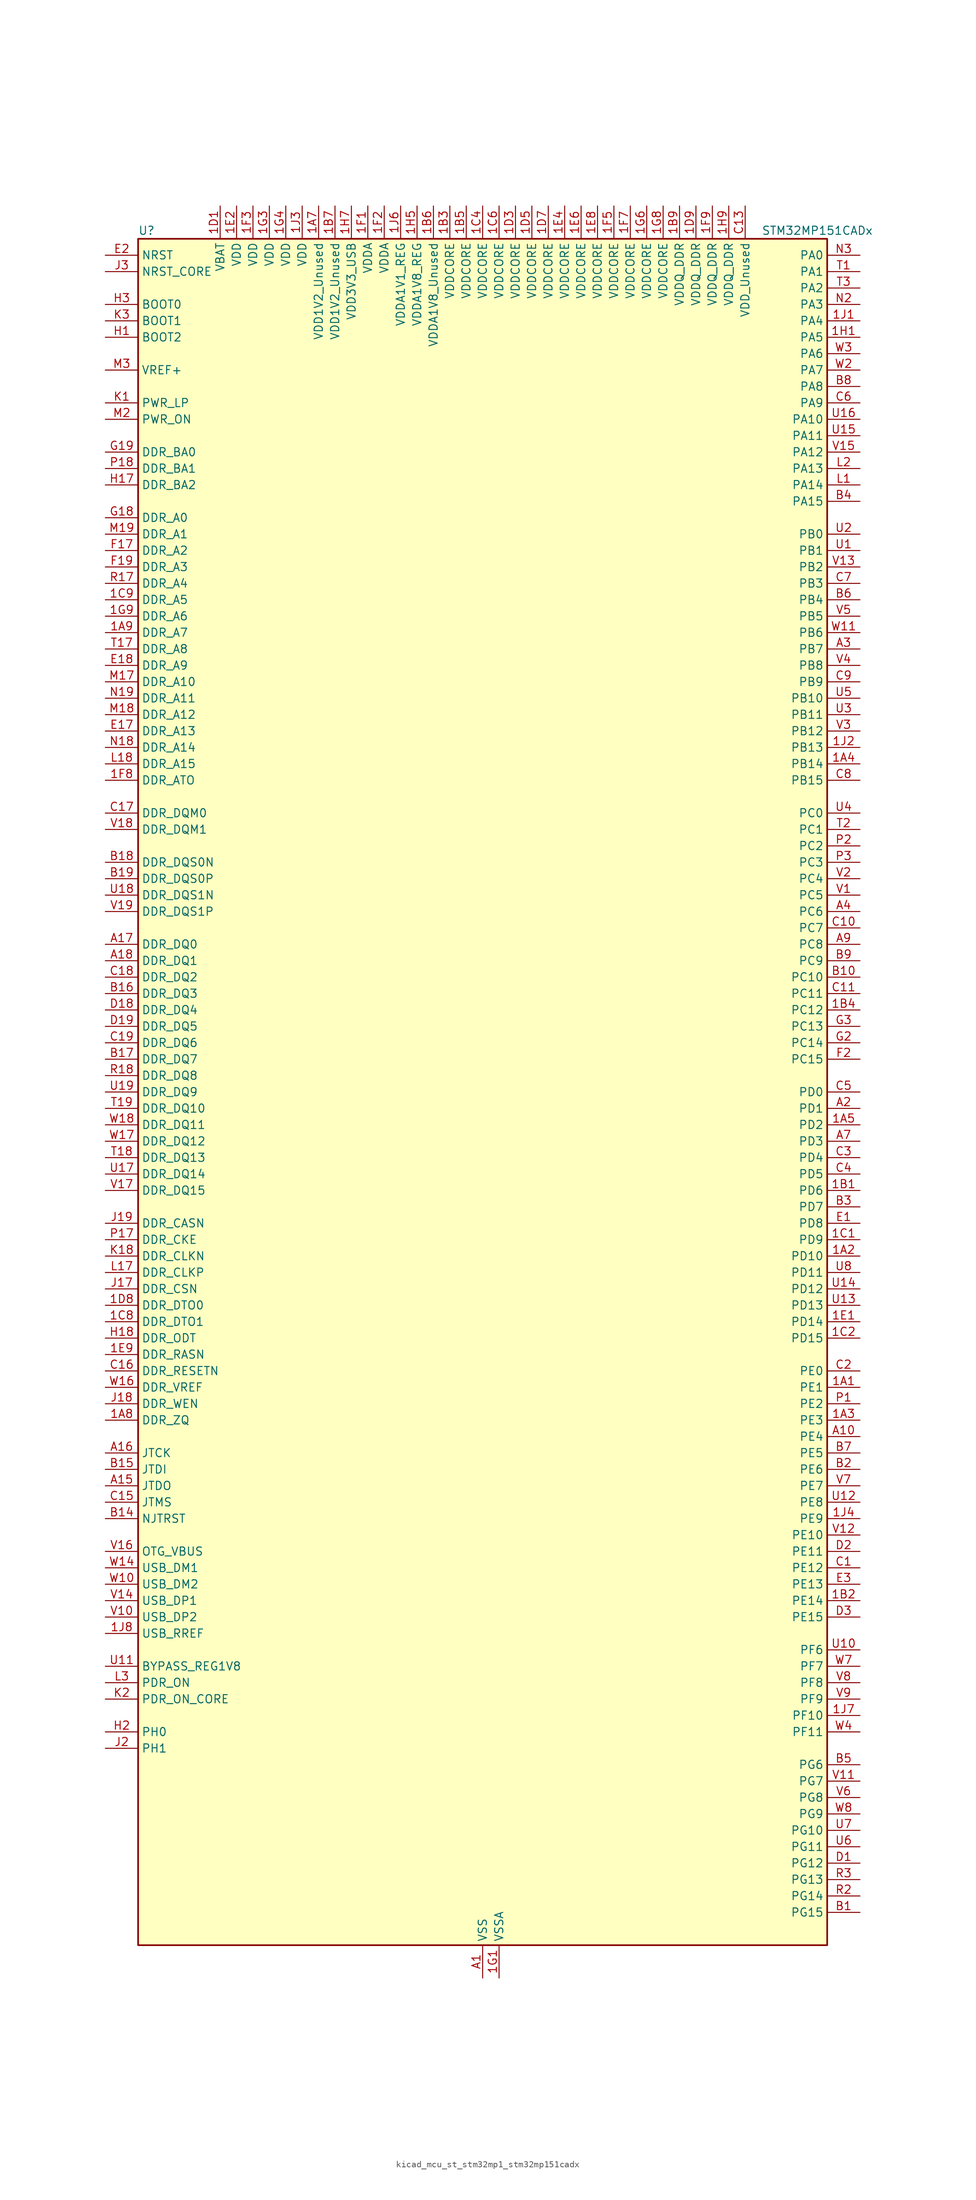
<source format=kicad_sym>
(kicad_symbol_lib
  (version 20220914)
  (generator kicad_symbol_editor)
  (symbol "kicad_mcu_st_stm32mp1_stm32mp151cadx"
    (property "Reference" "U"
      (at -53.34 133.35 0)
      (effects (font (size 1.27 1.27)) (justify left)))
    (property "Value" "STM32MP151CADx"
      (at 43.18 133.35 0)
      (effects (font (size 1.27 1.27)) (justify left)))
    (property "ki_locked" ""
      (at 0 0 0)
      (effects (font (size 1.27 1.27))))
    (symbol "kicad_mcu_st_stm32mp1_stm32mp151cadx_0_1"
      (rectangle (start -53.34 -132.08) (end 53.34 132.08) (stroke (width 0.254) (type default)) (fill (type background))))
    (symbol "kicad_mcu_st_stm32mp1_stm32mp151cadx_1_1"
      (pin bidirectional line (at 58.42 -45.72 180) (length 5.08) (name "PE1" (effects (font (size 1.27 1.27)))) (number "1A1" (effects (font (size 1.27 1.27)))) (alternate "DCMI_D3" bidirectional line) (alternate "FMC_NBL1" bidirectional line) (alternate "I2S2_MCK" bidirectional line) (alternate "LPTIM1_IN2" bidirectional line) (alternate "SAI3_SD_B" bidirectional line) (alternate "UART8_TX" bidirectional line))
      (pin bidirectional line (at 58.42 -25.4 180) (length 5.08) (name "PD10" (effects (font (size 1.27 1.27)))) (number "1A2" (effects (font (size 1.27 1.27)))) (alternate "DFSDM1_CKOUT" bidirectional line) (alternate "FMC_D15" bidirectional line) (alternate "FMC_DA15" bidirectional line) (alternate "I2C5_SMBA" bidirectional line) (alternate "I2S3_SDI" bidirectional line) (alternate "LTDC_B3" bidirectional line) (alternate "RTC_REFIN" bidirectional line) (alternate "SAI3_FS_B" bidirectional line) (alternate "SPI3_MISO" bidirectional line) (alternate "TIM16_BKIN" bidirectional line) (alternate "USART3_CK" bidirectional line))
      (pin bidirectional line (at 58.42 -50.8 180) (length 5.08) (name "PE3" (effects (font (size 1.27 1.27)))) (number "1A3" (effects (font (size 1.27 1.27)))) (alternate "DEBUG_TRACED0" bidirectional line) (alternate "FMC_A19" bidirectional line) (alternate "SAI1_SD_B" bidirectional line) (alternate "SDMMC2_CK" bidirectional line) (alternate "TIM15_BKIN" bidirectional line))
      (pin bidirectional line (at 58.42 50.8 180) (length 5.08) (name "PB14" (effects (font (size 1.27 1.27)))) (number "1A4" (effects (font (size 1.27 1.27)))) (alternate "DFSDM1_DATIN2" bidirectional line) (alternate "I2S2_SDI" bidirectional line) (alternate "SDMMC2_D0" bidirectional line) (alternate "SPI2_MISO" bidirectional line) (alternate "TIM12_CH1" bidirectional line) (alternate "TIM1_CH2N" bidirectional line) (alternate "TIM8_CH2N" bidirectional line) (alternate "USART1_TX" bidirectional line) (alternate "USART3_DE" bidirectional line) (alternate "USART3_RTS" bidirectional line))
      (pin bidirectional line (at 58.42 -5.08 180) (length 5.08) (name "PD2" (effects (font (size 1.27 1.27)))) (number "1A5" (effects (font (size 1.27 1.27)))) (alternate "DCMI_D11" bidirectional line) (alternate "I2C5_SMBA" bidirectional line) (alternate "SDMMC1_CMD" bidirectional line) (alternate "TIM3_ETR" bidirectional line) (alternate "UART4_RX" bidirectional line) (alternate "UART5_RX" bidirectional line))
      (pin passive line (at 0 -137.16 90) (length 5.08) hide (name "VSS" (effects (font (size 1.27 1.27)))) (number "1A6" (effects (font (size 1.27 1.27)))))
      (pin power_in line (at -25.4 137.16 270) (length 5.08) (name "VDD1V2_Unused" (effects (font (size 1.27 1.27)))) (number "1A7" (effects (font (size 1.27 1.27)))))
      (pin bidirectional line (at -58.42 -50.8 0) (length 5.08) (name "DDR_ZQ" (effects (font (size 1.27 1.27)))) (number "1A8" (effects (font (size 1.27 1.27)))) (alternate "DDR_ZQ" bidirectional line))
      (pin bidirectional line (at -58.42 71.12 0) (length 5.08) (name "DDR_A7" (effects (font (size 1.27 1.27)))) (number "1A9" (effects (font (size 1.27 1.27)))) (alternate "DDR_A7" bidirectional line))
      (pin bidirectional line (at 58.42 -15.24 180) (length 5.08) (name "PD6" (effects (font (size 1.27 1.27)))) (number "1B1" (effects (font (size 1.27 1.27)))) (alternate "DCMI_D10" bidirectional line) (alternate "DFSDM1_CKIN4" bidirectional line) (alternate "DFSDM1_DATIN1" bidirectional line) (alternate "FMC_NWAIT" bidirectional line) (alternate "I2S3_SDO" bidirectional line) (alternate "LTDC_B2" bidirectional line) (alternate "SAI1_D1" bidirectional line) (alternate "SAI1_SD_A" bidirectional line) (alternate "SPI3_MOSI" bidirectional line) (alternate "TIM16_CH1N" bidirectional line) (alternate "USART2_RX" bidirectional line))
      (pin bidirectional line (at 58.42 -78.74 180) (length 5.08) (name "PE14" (effects (font (size 1.27 1.27)))) (number "1B2" (effects (font (size 1.27 1.27)))) (alternate "FMC_D11" bidirectional line) (alternate "FMC_DA11" bidirectional line) (alternate "LTDC_CLK" bidirectional line) (alternate "LTDC_G0" bidirectional line) (alternate "SAI2_MCLK_B" bidirectional line) (alternate "SDMMC1_D123DIR" bidirectional line) (alternate "SPI4_MOSI" bidirectional line) (alternate "TIM1_CH4" bidirectional line) (alternate "UART8_DE" bidirectional line) (alternate "UART8_RTS" bidirectional line))
      (pin power_in line (at -5.08 137.16 270) (length 5.08) (name "VDDCORE" (effects (font (size 1.27 1.27)))) (number "1B3" (effects (font (size 1.27 1.27)))))
      (pin bidirectional line (at 58.42 12.7 180) (length 5.08) (name "PC12" (effects (font (size 1.27 1.27)))) (number "1B4" (effects (font (size 1.27 1.27)))) (alternate "DCMI_D9" bidirectional line) (alternate "DEBUG_TRACECLK" bidirectional line) (alternate "I2S3_SDO" bidirectional line) (alternate "RCC_MCO_2" bidirectional line) (alternate "SAI4_D3" bidirectional line) (alternate "SAI4_SD_B" bidirectional line) (alternate "SDMMC1_CK" bidirectional line) (alternate "SPI3_MOSI" bidirectional line) (alternate "UART5_TX" bidirectional line) (alternate "USART3_CK" bidirectional line))
      (pin power_in line (at -2.54 137.16 270) (length 5.08) (name "VDDCORE" (effects (font (size 1.27 1.27)))) (number "1B5" (effects (font (size 1.27 1.27)))))
      (pin power_in line (at -7.62 137.16 270) (length 5.08) (name "VDDA1V8_Unused" (effects (font (size 1.27 1.27)))) (number "1B6" (effects (font (size 1.27 1.27)))))
      (pin power_in line (at -22.86 137.16 270) (length 5.08) (name "VDD1V2_Unused" (effects (font (size 1.27 1.27)))) (number "1B7" (effects (font (size 1.27 1.27)))))
      (pin passive line (at 0 -137.16 90) (length 5.08) hide (name "VSS" (effects (font (size 1.27 1.27)))) (number "1B8" (effects (font (size 1.27 1.27)))))
      (pin power_in line (at 30.48 137.16 270) (length 5.08) (name "VDDQ_DDR" (effects (font (size 1.27 1.27)))) (number "1B9" (effects (font (size 1.27 1.27)))))
      (pin bidirectional line (at 58.42 -22.86 180) (length 5.08) (name "PD9" (effects (font (size 1.27 1.27)))) (number "1C1" (effects (font (size 1.27 1.27)))) (alternate "DAC1_EXTI9" bidirectional line) (alternate "DCMI_HSYNC" bidirectional line) (alternate "DFSDM1_DATIN3" bidirectional line) (alternate "FMC_D14" bidirectional line) (alternate "FMC_DA14" bidirectional line) (alternate "LTDC_B0" bidirectional line) (alternate "SAI3_SD_B" bidirectional line) (alternate "USART3_RX" bidirectional line))
      (pin bidirectional line (at 58.42 -38.1 180) (length 5.08) (name "PD15" (effects (font (size 1.27 1.27)))) (number "1C2" (effects (font (size 1.27 1.27)))) (alternate "ADC1_EXTI15" bidirectional line) (alternate "ADC2_EXTI15" bidirectional line) (alternate "FMC_D1" bidirectional line) (alternate "FMC_DA1" bidirectional line) (alternate "LTDC_R1" bidirectional line) (alternate "SAI3_MCLK_A" bidirectional line) (alternate "TIM4_CH4" bidirectional line) (alternate "UART8_CTS" bidirectional line))
      (pin passive line (at 0 -137.16 90) (length 5.08) hide (name "VSS" (effects (font (size 1.27 1.27)))) (number "1C3" (effects (font (size 1.27 1.27)))))
      (pin power_in line (at 0 137.16 270) (length 5.08) (name "VDDCORE" (effects (font (size 1.27 1.27)))) (number "1C4" (effects (font (size 1.27 1.27)))))
      (pin passive line (at 0 -137.16 90) (length 5.08) hide (name "VSS" (effects (font (size 1.27 1.27)))) (number "1C5" (effects (font (size 1.27 1.27)))))
      (pin power_in line (at 2.54 137.16 270) (length 5.08) (name "VDDCORE" (effects (font (size 1.27 1.27)))) (number "1C6" (effects (font (size 1.27 1.27)))))
      (pin passive line (at 0 -137.16 90) (length 5.08) hide (name "VSS" (effects (font (size 1.27 1.27)))) (number "1C7" (effects (font (size 1.27 1.27)))))
      (pin bidirectional line (at -58.42 -35.56 0) (length 5.08) (name "DDR_DTO1" (effects (font (size 1.27 1.27)))) (number "1C8" (effects (font (size 1.27 1.27)))) (alternate "DDR_DTO1" bidirectional line))
      (pin bidirectional line (at -58.42 76.2 0) (length 5.08) (name "DDR_A5" (effects (font (size 1.27 1.27)))) (number "1C9" (effects (font (size 1.27 1.27)))) (alternate "DDR_A5" bidirectional line))
      (pin power_in line (at -40.64 137.16 270) (length 5.08) (name "VBAT" (effects (font (size 1.27 1.27)))) (number "1D1" (effects (font (size 1.27 1.27)))))
      (pin passive line (at 0 -137.16 90) (length 5.08) hide (name "VSS" (effects (font (size 1.27 1.27)))) (number "1D2" (effects (font (size 1.27 1.27)))))
      (pin power_in line (at 5.08 137.16 270) (length 5.08) (name "VDDCORE" (effects (font (size 1.27 1.27)))) (number "1D3" (effects (font (size 1.27 1.27)))))
      (pin passive line (at 0 -137.16 90) (length 5.08) hide (name "VSS" (effects (font (size 1.27 1.27)))) (number "1D4" (effects (font (size 1.27 1.27)))))
      (pin power_in line (at 7.62 137.16 270) (length 5.08) (name "VDDCORE" (effects (font (size 1.27 1.27)))) (number "1D5" (effects (font (size 1.27 1.27)))))
      (pin passive line (at 0 -137.16 90) (length 5.08) hide (name "VSS" (effects (font (size 1.27 1.27)))) (number "1D6" (effects (font (size 1.27 1.27)))))
      (pin power_in line (at 10.16 137.16 270) (length 5.08) (name "VDDCORE" (effects (font (size 1.27 1.27)))) (number "1D7" (effects (font (size 1.27 1.27)))))
      (pin bidirectional line (at -58.42 -33.02 0) (length 5.08) (name "DDR_DTO0" (effects (font (size 1.27 1.27)))) (number "1D8" (effects (font (size 1.27 1.27)))) (alternate "DDR_DTO0" bidirectional line))
      (pin power_in line (at 33.02 137.16 270) (length 5.08) (name "VDDQ_DDR" (effects (font (size 1.27 1.27)))) (number "1D9" (effects (font (size 1.27 1.27)))))
      (pin bidirectional line (at 58.42 -35.56 180) (length 5.08) (name "PD14" (effects (font (size 1.27 1.27)))) (number "1E1" (effects (font (size 1.27 1.27)))) (alternate "FMC_D0" bidirectional line) (alternate "FMC_DA0" bidirectional line) (alternate "SAI3_MCLK_B" bidirectional line) (alternate "TIM4_CH3" bidirectional line) (alternate "UART8_CTS" bidirectional line))
      (pin power_in line (at -38.1 137.16 270) (length 5.08) (name "VDD" (effects (font (size 1.27 1.27)))) (number "1E2" (effects (font (size 1.27 1.27)))))
      (pin passive line (at 0 -137.16 90) (length 5.08) hide (name "VSS" (effects (font (size 1.27 1.27)))) (number "1E3" (effects (font (size 1.27 1.27)))))
      (pin power_in line (at 12.7 137.16 270) (length 5.08) (name "VDDCORE" (effects (font (size 1.27 1.27)))) (number "1E4" (effects (font (size 1.27 1.27)))))
      (pin passive line (at 0 -137.16 90) (length 5.08) hide (name "VSS" (effects (font (size 1.27 1.27)))) (number "1E5" (effects (font (size 1.27 1.27)))))
      (pin power_in line (at 15.24 137.16 270) (length 5.08) (name "VDDCORE" (effects (font (size 1.27 1.27)))) (number "1E6" (effects (font (size 1.27 1.27)))))
      (pin passive line (at 0 -137.16 90) (length 5.08) hide (name "VSS" (effects (font (size 1.27 1.27)))) (number "1E7" (effects (font (size 1.27 1.27)))))
      (pin power_in line (at 17.78 137.16 270) (length 5.08) (name "VDDCORE" (effects (font (size 1.27 1.27)))) (number "1E8" (effects (font (size 1.27 1.27)))))
      (pin bidirectional line (at -58.42 -40.64 0) (length 5.08) (name "DDR_RASN" (effects (font (size 1.27 1.27)))) (number "1E9" (effects (font (size 1.27 1.27)))) (alternate "DDR_RASN" bidirectional line))
      (pin power_in line (at -17.78 137.16 270) (length 5.08) (name "VDDA" (effects (font (size 1.27 1.27)))) (number "1F1" (effects (font (size 1.27 1.27)))))
      (pin power_in line (at -15.24 137.16 270) (length 5.08) (name "VDDA" (effects (font (size 1.27 1.27)))) (number "1F2" (effects (font (size 1.27 1.27)))))
      (pin power_in line (at -35.56 137.16 270) (length 5.08) (name "VDD" (effects (font (size 1.27 1.27)))) (number "1F3" (effects (font (size 1.27 1.27)))))
      (pin passive line (at 0 -137.16 90) (length 5.08) hide (name "VSS" (effects (font (size 1.27 1.27)))) (number "1F4" (effects (font (size 1.27 1.27)))))
      (pin power_in line (at 20.32 137.16 270) (length 5.08) (name "VDDCORE" (effects (font (size 1.27 1.27)))) (number "1F5" (effects (font (size 1.27 1.27)))))
      (pin passive line (at 0 -137.16 90) (length 5.08) hide (name "VSS" (effects (font (size 1.27 1.27)))) (number "1F6" (effects (font (size 1.27 1.27)))))
      (pin power_in line (at 22.86 137.16 270) (length 5.08) (name "VDDCORE" (effects (font (size 1.27 1.27)))) (number "1F7" (effects (font (size 1.27 1.27)))))
      (pin bidirectional line (at -58.42 48.26 0) (length 5.08) (name "DDR_ATO" (effects (font (size 1.27 1.27)))) (number "1F8" (effects (font (size 1.27 1.27)))) (alternate "DDR_ATO" bidirectional line))
      (pin power_in line (at 35.56 137.16 270) (length 5.08) (name "VDDQ_DDR" (effects (font (size 1.27 1.27)))) (number "1F9" (effects (font (size 1.27 1.27)))))
      (pin power_in line (at 2.54 -137.16 90) (length 5.08) (name "VSSA" (effects (font (size 1.27 1.27)))) (number "1G1" (effects (font (size 1.27 1.27)))))
      (pin passive line (at 0 -137.16 90) (length 5.08) hide (name "VSS" (effects (font (size 1.27 1.27)))) (number "1G2" (effects (font (size 1.27 1.27)))))
      (pin power_in line (at -33.02 137.16 270) (length 5.08) (name "VDD" (effects (font (size 1.27 1.27)))) (number "1G3" (effects (font (size 1.27 1.27)))))
      (pin power_in line (at -30.48 137.16 270) (length 5.08) (name "VDD" (effects (font (size 1.27 1.27)))) (number "1G4" (effects (font (size 1.27 1.27)))))
      (pin passive line (at 0 -137.16 90) (length 5.08) hide (name "VSS" (effects (font (size 1.27 1.27)))) (number "1G5" (effects (font (size 1.27 1.27)))))
      (pin power_in line (at 25.4 137.16 270) (length 5.08) (name "VDDCORE" (effects (font (size 1.27 1.27)))) (number "1G6" (effects (font (size 1.27 1.27)))))
      (pin passive line (at 0 -137.16 90) (length 5.08) hide (name "VSS" (effects (font (size 1.27 1.27)))) (number "1G7" (effects (font (size 1.27 1.27)))))
      (pin power_in line (at 27.94 137.16 270) (length 5.08) (name "VDDCORE" (effects (font (size 1.27 1.27)))) (number "1G8" (effects (font (size 1.27 1.27)))))
      (pin bidirectional line (at -58.42 73.66 0) (length 5.08) (name "DDR_A6" (effects (font (size 1.27 1.27)))) (number "1G9" (effects (font (size 1.27 1.27)))) (alternate "DDR_A6" bidirectional line))
      (pin bidirectional line (at 58.42 116.84 180) (length 5.08) (name "PA5" (effects (font (size 1.27 1.27)))) (number "1H1" (effects (font (size 1.27 1.27)))) (alternate "ADC1_INN18" bidirectional line) (alternate "ADC1_INP19" bidirectional line) (alternate "ADC2_INN18" bidirectional line) (alternate "ADC2_INP19" bidirectional line) (alternate "DAC1_OUT2" bidirectional line) (alternate "I2S1_CK" bidirectional line) (alternate "LTDC_R4" bidirectional line) (alternate "SAI4_CK1" bidirectional line) (alternate "SAI4_MCLK_A" bidirectional line) (alternate "SPI1_SCK" bidirectional line) (alternate "SPI6_SCK" bidirectional line) (alternate "TIM2_CH1" bidirectional line) (alternate "TIM2_ETR" bidirectional line) (alternate "TIM8_CH1N" bidirectional line))
      (pin passive line (at 0 -137.16 90) (length 5.08) hide (name "VSS" (effects (font (size 1.27 1.27)))) (number "1H2" (effects (font (size 1.27 1.27)))))
      (pin passive line (at 0 -137.16 90) (length 5.08) hide (name "VSS" (effects (font (size 1.27 1.27)))) (number "1H3" (effects (font (size 1.27 1.27)))))
      (pin passive line (at 0 -137.16 90) (length 5.08) hide (name "VSS" (effects (font (size 1.27 1.27)))) (number "1H4" (effects (font (size 1.27 1.27)))))
      (pin power_in line (at -10.16 137.16 270) (length 5.08) (name "VDDA1V8_REG" (effects (font (size 1.27 1.27)))) (number "1H5" (effects (font (size 1.27 1.27)))))
      (pin passive line (at 0 -137.16 90) (length 5.08) hide (name "VSS" (effects (font (size 1.27 1.27)))) (number "1H6" (effects (font (size 1.27 1.27)))))
      (pin power_in line (at -20.32 137.16 270) (length 5.08) (name "VDD3V3_USB" (effects (font (size 1.27 1.27)))) (number "1H7" (effects (font (size 1.27 1.27)))))
      (pin passive line (at 0 -137.16 90) (length 5.08) hide (name "VSS" (effects (font (size 1.27 1.27)))) (number "1H8" (effects (font (size 1.27 1.27)))))
      (pin power_in line (at 38.1 137.16 270) (length 5.08) (name "VDDQ_DDR" (effects (font (size 1.27 1.27)))) (number "1H9" (effects (font (size 1.27 1.27)))))
      (pin bidirectional line (at 58.42 119.38 180) (length 5.08) (name "PA4" (effects (font (size 1.27 1.27)))) (number "1J1" (effects (font (size 1.27 1.27)))) (alternate "ADC1_INP18" bidirectional line) (alternate "ADC2_INP18" bidirectional line) (alternate "DAC1_OUT1" bidirectional line) (alternate "DCMI_HSYNC" bidirectional line) (alternate "HDP_HDP0" bidirectional line) (alternate "I2S1_WS" bidirectional line) (alternate "I2S3_WS" bidirectional line) (alternate "LTDC_VSYNC" bidirectional line) (alternate "SAI4_D2" bidirectional line) (alternate "SAI4_FS_A" bidirectional line) (alternate "SPI1_NSS" bidirectional line) (alternate "SPI3_NSS" bidirectional line) (alternate "SPI6_NSS" bidirectional line) (alternate "TIM5_ETR" bidirectional line) (alternate "USART2_CK" bidirectional line))
      (pin bidirectional line (at 58.42 53.34 180) (length 5.08) (name "PB13" (effects (font (size 1.27 1.27)))) (number "1J2" (effects (font (size 1.27 1.27)))) (alternate "DFSDM1_CKIN1" bidirectional line) (alternate "DFSDM1_CKOUT" bidirectional line) (alternate "ETH1_TXD1" bidirectional line) (alternate "I2S2_CK" bidirectional line) (alternate "LPTIM2_OUT" bidirectional line) (alternate "SPI2_SCK" bidirectional line) (alternate "TIM1_CH1N" bidirectional line) (alternate "UART5_TX" bidirectional line) (alternate "USART3_CTS" bidirectional line) (alternate "USART3_NSS" bidirectional line))
      (pin power_in line (at -27.94 137.16 270) (length 5.08) (name "VDD" (effects (font (size 1.27 1.27)))) (number "1J3" (effects (font (size 1.27 1.27)))))
      (pin bidirectional line (at 58.42 -66.04 180) (length 5.08) (name "PE9" (effects (font (size 1.27 1.27)))) (number "1J4" (effects (font (size 1.27 1.27)))) (alternate "DAC1_EXTI9" bidirectional line) (alternate "DFSDM1_CKOUT" bidirectional line) (alternate "FMC_D6" bidirectional line) (alternate "FMC_DA6" bidirectional line) (alternate "QUADSPI_BK2_IO2" bidirectional line) (alternate "TIM1_CH1" bidirectional line) (alternate "UART7_DE" bidirectional line) (alternate "UART7_RTS" bidirectional line))
      (pin passive line (at 0 -137.16 90) (length 5.08) hide (name "VSS" (effects (font (size 1.27 1.27)))) (number "1J5" (effects (font (size 1.27 1.27)))))
      (pin power_in line (at -12.7 137.16 270) (length 5.08) (name "VDDA1V1_REG" (effects (font (size 1.27 1.27)))) (number "1J6" (effects (font (size 1.27 1.27)))))
      (pin bidirectional line (at 58.42 -96.52 180) (length 5.08) (name "PF10" (effects (font (size 1.27 1.27)))) (number "1J7" (effects (font (size 1.27 1.27)))) (alternate "DCMI_D11" bidirectional line) (alternate "LTDC_DE" bidirectional line) (alternate "QUADSPI_CLK" bidirectional line) (alternate "SAI1_D3" bidirectional line) (alternate "SAI1_D4" bidirectional line) (alternate "SAI4_D3" bidirectional line) (alternate "SAI4_D4" bidirectional line) (alternate "TIM16_BKIN" bidirectional line))
      (pin bidirectional line (at -58.42 -83.82 0) (length 5.08) (name "USB_RREF" (effects (font (size 1.27 1.27)))) (number "1J8" (effects (font (size 1.27 1.27)))))
      (pin passive line (at 0 -137.16 90) (length 5.08) hide (name "VSS" (effects (font (size 1.27 1.27)))) (number "1J9" (effects (font (size 1.27 1.27)))))
      (pin power_in line (at 0 -137.16 90) (length 5.08) (name "VSS" (effects (font (size 1.27 1.27)))) (number "A1" (effects (font (size 1.27 1.27)))))
      (pin bidirectional line (at 58.42 -53.34 180) (length 5.08) (name "PE4" (effects (font (size 1.27 1.27)))) (number "A10" (effects (font (size 1.27 1.27)))) (alternate "DCMI_D4" bidirectional line) (alternate "DEBUG_TRACED1" bidirectional line) (alternate "DFSDM1_DATIN3" bidirectional line) (alternate "FMC_A20" bidirectional line) (alternate "LTDC_B0" bidirectional line) (alternate "SAI1_D2" bidirectional line) (alternate "SAI1_FS_A" bidirectional line) (alternate "SDMMC1_CKIN" bidirectional line) (alternate "SDMMC1_D4" bidirectional line) (alternate "SDMMC2_CKIN" bidirectional line) (alternate "SDMMC2_D4" bidirectional line) (alternate "SPI4_NSS" bidirectional line) (alternate "TIM15_CH1N" bidirectional line))
      (pin no_connect line (at -53.34 -132.08 0) (length 5.08) hide (name "DNU" (effects (font (size 1.27 1.27)))) (number "A12" (effects (font (size 1.27 1.27)))))
      (pin no_connect line (at -53.34 -129.54 0) (length 5.08) hide (name "DNU" (effects (font (size 1.27 1.27)))) (number "A13" (effects (font (size 1.27 1.27)))))
      (pin bidirectional line (at -58.42 -60.96 0) (length 5.08) (name "JTDO" (effects (font (size 1.27 1.27)))) (number "A15" (effects (font (size 1.27 1.27)))) (alternate "DEBUG_JTDO-SWO" bidirectional line))
      (pin bidirectional line (at -58.42 -55.88 0) (length 5.08) (name "JTCK" (effects (font (size 1.27 1.27)))) (number "A16" (effects (font (size 1.27 1.27)))) (alternate "DEBUG_JTCK-SWCLK" bidirectional line))
      (pin bidirectional line (at -58.42 22.86 0) (length 5.08) (name "DDR_DQ0" (effects (font (size 1.27 1.27)))) (number "A17" (effects (font (size 1.27 1.27)))) (alternate "DDR_DQ0" bidirectional line))
      (pin bidirectional line (at -58.42 20.32 0) (length 5.08) (name "DDR_DQ1" (effects (font (size 1.27 1.27)))) (number "A18" (effects (font (size 1.27 1.27)))) (alternate "DDR_DQ1" bidirectional line))
      (pin passive line (at 0 -137.16 90) (length 5.08) hide (name "VSS" (effects (font (size 1.27 1.27)))) (number "A19" (effects (font (size 1.27 1.27)))))
      (pin bidirectional line (at 58.42 -2.54 180) (length 5.08) (name "PD1" (effects (font (size 1.27 1.27)))) (number "A2" (effects (font (size 1.27 1.27)))) (alternate "DFSDM1_CKIN7" bidirectional line) (alternate "DFSDM1_DATIN6" bidirectional line) (alternate "FMC_D3" bidirectional line) (alternate "FMC_DA3" bidirectional line) (alternate "I2C5_SCL" bidirectional line) (alternate "I2C6_SCL" bidirectional line) (alternate "SAI3_SD_A" bidirectional line) (alternate "SDMMC3_D0" bidirectional line) (alternate "UART4_TX" bidirectional line))
      (pin bidirectional line (at 58.42 68.58 180) (length 5.08) (name "PB7" (effects (font (size 1.27 1.27)))) (number "A3" (effects (font (size 1.27 1.27)))) (alternate "DCMI_VSYNC" bidirectional line) (alternate "DFSDM1_CKIN5" bidirectional line) (alternate "FMC_NL" bidirectional line) (alternate "I2C1_SDA" bidirectional line) (alternate "I2C4_SDA" bidirectional line) (alternate "SDMMC2_D1" bidirectional line) (alternate "TIM17_CH1N" bidirectional line) (alternate "TIM4_CH2" bidirectional line) (alternate "USART1_RX" bidirectional line))
      (pin bidirectional line (at 58.42 27.94 180) (length 5.08) (name "PC6" (effects (font (size 1.27 1.27)))) (number "A4" (effects (font (size 1.27 1.27)))) (alternate "DCMI_D0" bidirectional line) (alternate "DFSDM1_CKIN3" bidirectional line) (alternate "HDP_HDP1" bidirectional line) (alternate "I2S2_MCK" bidirectional line) (alternate "LTDC_HSYNC" bidirectional line) (alternate "SDMMC1_D0DIR" bidirectional line) (alternate "SDMMC1_D6" bidirectional line) (alternate "SDMMC2_D0DIR" bidirectional line) (alternate "SDMMC2_D6" bidirectional line) (alternate "TIM3_CH1" bidirectional line) (alternate "TIM8_CH1" bidirectional line) (alternate "USART6_TX" bidirectional line))
      (pin passive line (at 0 -137.16 90) (length 5.08) hide (name "VSS" (effects (font (size 1.27 1.27)))) (number "A6" (effects (font (size 1.27 1.27)))))
      (pin bidirectional line (at 58.42 -7.62 180) (length 5.08) (name "PD3" (effects (font (size 1.27 1.27)))) (number "A7" (effects (font (size 1.27 1.27)))) (alternate "DCMI_D5" bidirectional line) (alternate "DFSDM1_CKOUT" bidirectional line) (alternate "DFSDM1_DATIN0" bidirectional line) (alternate "FMC_CLK" bidirectional line) (alternate "HDP_HDP5" bidirectional line) (alternate "I2S2_CK" bidirectional line) (alternate "LTDC_G7" bidirectional line) (alternate "SDMMC1_D123DIR" bidirectional line) (alternate "SDMMC1_D7" bidirectional line) (alternate "SDMMC2_D123DIR" bidirectional line) (alternate "SDMMC2_D7" bidirectional line) (alternate "SPI2_SCK" bidirectional line) (alternate "USART2_CTS" bidirectional line) (alternate "USART2_NSS" bidirectional line))
      (pin bidirectional line (at 58.42 22.86 180) (length 5.08) (name "PC8" (effects (font (size 1.27 1.27)))) (number "A9" (effects (font (size 1.27 1.27)))) (alternate "DCMI_D2" bidirectional line) (alternate "DEBUG_TRACED0" bidirectional line) (alternate "SDMMC1_D0" bidirectional line) (alternate "TIM3_CH3" bidirectional line) (alternate "TIM8_CH3" bidirectional line) (alternate "UART4_TX" bidirectional line) (alternate "UART5_DE" bidirectional line) (alternate "UART5_RTS" bidirectional line) (alternate "USART6_CK" bidirectional line))
      (pin bidirectional line (at 58.42 -127 180) (length 5.08) (name "PG15" (effects (font (size 1.27 1.27)))) (number "B1" (effects (font (size 1.27 1.27)))) (alternate "ADC1_EXTI15" bidirectional line) (alternate "ADC2_EXTI15" bidirectional line) (alternate "DCMI_D13" bidirectional line) (alternate "DEBUG_TRACED7" bidirectional line) (alternate "I2C2_SDA" bidirectional line) (alternate "SAI1_D2" bidirectional line) (alternate "SAI1_FS_A" bidirectional line) (alternate "SDMMC3_CK" bidirectional line) (alternate "USART6_CTS" bidirectional line) (alternate "USART6_NSS" bidirectional line))
      (pin bidirectional line (at 58.42 17.78 180) (length 5.08) (name "PC10" (effects (font (size 1.27 1.27)))) (number "B10" (effects (font (size 1.27 1.27)))) (alternate "DCMI_D8" bidirectional line) (alternate "DEBUG_TRACED2" bidirectional line) (alternate "DFSDM1_CKIN5" bidirectional line) (alternate "I2S3_CK" bidirectional line) (alternate "LTDC_R2" bidirectional line) (alternate "QUADSPI_BK1_IO1" bidirectional line) (alternate "SAI4_MCLK_B" bidirectional line) (alternate "SDMMC1_D2" bidirectional line) (alternate "SPI3_SCK" bidirectional line) (alternate "UART4_TX" bidirectional line) (alternate "USART3_TX" bidirectional line))
      (pin no_connect line (at -53.34 -127 0) (length 5.08) hide (name "DNU" (effects (font (size 1.27 1.27)))) (number "B11" (effects (font (size 1.27 1.27)))))
      (pin no_connect line (at -53.34 -124.46 0) (length 5.08) hide (name "DNU" (effects (font (size 1.27 1.27)))) (number "B12" (effects (font (size 1.27 1.27)))))
      (pin no_connect line (at -53.34 -121.92 0) (length 5.08) hide (name "DNU" (effects (font (size 1.27 1.27)))) (number "B13" (effects (font (size 1.27 1.27)))))
      (pin bidirectional line (at -58.42 -66.04 0) (length 5.08) (name "NJTRST" (effects (font (size 1.27 1.27)))) (number "B14" (effects (font (size 1.27 1.27)))) (alternate "DEBUG_JTRST" bidirectional line))
      (pin bidirectional line (at -58.42 -58.42 0) (length 5.08) (name "JTDI" (effects (font (size 1.27 1.27)))) (number "B15" (effects (font (size 1.27 1.27)))) (alternate "DEBUG_JTDI" bidirectional line))
      (pin bidirectional line (at -58.42 15.24 0) (length 5.08) (name "DDR_DQ3" (effects (font (size 1.27 1.27)))) (number "B16" (effects (font (size 1.27 1.27)))) (alternate "DDR_DQ3" bidirectional line))
      (pin bidirectional line (at -58.42 5.08 0) (length 5.08) (name "DDR_DQ7" (effects (font (size 1.27 1.27)))) (number "B17" (effects (font (size 1.27 1.27)))) (alternate "DDR_DQ7" bidirectional line))
      (pin bidirectional line (at -58.42 35.56 0) (length 5.08) (name "DDR_DQS0N" (effects (font (size 1.27 1.27)))) (number "B18" (effects (font (size 1.27 1.27)))) (alternate "DDR_DQS0N" bidirectional line))
      (pin bidirectional line (at -58.42 33.02 0) (length 5.08) (name "DDR_DQS0P" (effects (font (size 1.27 1.27)))) (number "B19" (effects (font (size 1.27 1.27)))) (alternate "DDR_DQS0P" bidirectional line))
      (pin bidirectional line (at 58.42 -58.42 180) (length 5.08) (name "PE6" (effects (font (size 1.27 1.27)))) (number "B2" (effects (font (size 1.27 1.27)))) (alternate "DCMI_D7" bidirectional line) (alternate "DEBUG_TRACED2" bidirectional line) (alternate "FMC_A22" bidirectional line) (alternate "LTDC_G1" bidirectional line) (alternate "SAI1_D1" bidirectional line) (alternate "SAI1_SD_A" bidirectional line) (alternate "SAI2_MCLK_B" bidirectional line) (alternate "SDMMC1_D2" bidirectional line) (alternate "SDMMC2_D0" bidirectional line) (alternate "SPI4_MOSI" bidirectional line) (alternate "TIM15_CH2" bidirectional line) (alternate "TIM1_BKIN2" bidirectional line))
      (pin bidirectional line (at 58.42 -17.78 180) (length 5.08) (name "PD7" (effects (font (size 1.27 1.27)))) (number "B3" (effects (font (size 1.27 1.27)))) (alternate "DEBUG_TRACED6" bidirectional line) (alternate "DFSDM1_CKIN1" bidirectional line) (alternate "DFSDM1_DATIN4" bidirectional line) (alternate "FMC_NE1" bidirectional line) (alternate "I2C2_SCL" bidirectional line) (alternate "SDMMC3_D3" bidirectional line) (alternate "SPDIFRX_IN0" bidirectional line) (alternate "USART2_CK" bidirectional line))
      (pin bidirectional line (at 58.42 91.44 180) (length 5.08) (name "PA15" (effects (font (size 1.27 1.27)))) (number "B4" (effects (font (size 1.27 1.27)))) (alternate "ADC1_EXTI15" bidirectional line) (alternate "ADC2_EXTI15" bidirectional line) (alternate "CEC" bidirectional line) (alternate "DEBUG_DBTRGI" bidirectional line) (alternate "I2S1_WS" bidirectional line) (alternate "I2S3_WS" bidirectional line) (alternate "LTDC_R1" bidirectional line) (alternate "SAI4_D2" bidirectional line) (alternate "SAI4_FS_A" bidirectional line) (alternate "SDMMC1_CDIR" bidirectional line) (alternate "SDMMC1_D5" bidirectional line) (alternate "SDMMC2_CDIR" bidirectional line) (alternate "SDMMC2_D5" bidirectional line) (alternate "SPI1_NSS" bidirectional line) (alternate "SPI3_NSS" bidirectional line) (alternate "SPI6_NSS" bidirectional line) (alternate "TIM2_CH1" bidirectional line) (alternate "TIM2_ETR" bidirectional line) (alternate "UART4_DE" bidirectional line) (alternate "UART4_RTS" bidirectional line) (alternate "UART7_TX" bidirectional line))
      (pin bidirectional line (at 58.42 -104.14 180) (length 5.08) (name "PG6" (effects (font (size 1.27 1.27)))) (number "B5" (effects (font (size 1.27 1.27)))) (alternate "DCMI_D12" bidirectional line) (alternate "DEBUG_TRACED14" bidirectional line) (alternate "LTDC_R7" bidirectional line) (alternate "SDMMC2_CMD" bidirectional line) (alternate "TIM17_BKIN" bidirectional line))
      (pin bidirectional line (at 58.42 76.2 180) (length 5.08) (name "PB4" (effects (font (size 1.27 1.27)))) (number "B6" (effects (font (size 1.27 1.27)))) (alternate "DEBUG_TRACED8" bidirectional line) (alternate "I2S1_SDI" bidirectional line) (alternate "I2S2_WS" bidirectional line) (alternate "I2S3_SDI" bidirectional line) (alternate "SAI4_CK2" bidirectional line) (alternate "SAI4_SCK_A" bidirectional line) (alternate "SDMMC2_D3" bidirectional line) (alternate "SPI1_MISO" bidirectional line) (alternate "SPI2_NSS" bidirectional line) (alternate "SPI3_MISO" bidirectional line) (alternate "SPI6_MISO" bidirectional line) (alternate "TIM16_BKIN" bidirectional line) (alternate "TIM3_CH1" bidirectional line) (alternate "UART7_TX" bidirectional line))
      (pin bidirectional line (at 58.42 -55.88 180) (length 5.08) (name "PE5" (effects (font (size 1.27 1.27)))) (number "B7" (effects (font (size 1.27 1.27)))) (alternate "DCMI_D6" bidirectional line) (alternate "DEBUG_TRACED3" bidirectional line) (alternate "DFSDM1_CKIN3" bidirectional line) (alternate "FMC_A21" bidirectional line) (alternate "LTDC_G0" bidirectional line) (alternate "SAI1_CK2" bidirectional line) (alternate "SAI1_SCK_A" bidirectional line) (alternate "SDMMC1_D0DIR" bidirectional line) (alternate "SDMMC1_D6" bidirectional line) (alternate "SDMMC2_D0DIR" bidirectional line) (alternate "SDMMC2_D6" bidirectional line) (alternate "SPI4_MISO" bidirectional line) (alternate "TIM15_CH1" bidirectional line))
      (pin bidirectional line (at 58.42 109.22 180) (length 5.08) (name "PA8" (effects (font (size 1.27 1.27)))) (number "B8" (effects (font (size 1.27 1.27)))) (alternate "I2C3_SCL" bidirectional line) (alternate "I2S3_SDO" bidirectional line) (alternate "LTDC_R6" bidirectional line) (alternate "RCC_MCO_1" bidirectional line) (alternate "SAI4_SD_B" bidirectional line) (alternate "SDMMC2_CKIN" bidirectional line) (alternate "SDMMC2_D4" bidirectional line) (alternate "SPI3_MOSI" bidirectional line) (alternate "TIM1_CH1" bidirectional line) (alternate "TIM8_BKIN2" bidirectional line) (alternate "UART7_RX" bidirectional line) (alternate "USART1_CK" bidirectional line) (alternate "USB_OTG_HS_SOF" bidirectional line))
      (pin bidirectional line (at 58.42 20.32 180) (length 5.08) (name "PC9" (effects (font (size 1.27 1.27)))) (number "B9" (effects (font (size 1.27 1.27)))) (alternate "DAC1_EXTI9" bidirectional line) (alternate "DCMI_D3" bidirectional line) (alternate "DEBUG_TRACED1" bidirectional line) (alternate "I2C3_SDA" bidirectional line) (alternate "I2S_CKIN" bidirectional line) (alternate "LTDC_B2" bidirectional line) (alternate "QUADSPI_BK1_IO0" bidirectional line) (alternate "SDMMC1_D1" bidirectional line) (alternate "TIM3_CH4" bidirectional line) (alternate "TIM8_CH4" bidirectional line) (alternate "UART5_CTS" bidirectional line))
      (pin bidirectional line (at 58.42 -73.66 180) (length 5.08) (name "PE12" (effects (font (size 1.27 1.27)))) (number "C1" (effects (font (size 1.27 1.27)))) (alternate "DFSDM1_DATIN5" bidirectional line) (alternate "FMC_D9" bidirectional line) (alternate "FMC_DA9" bidirectional line) (alternate "LTDC_B4" bidirectional line) (alternate "SAI2_SCK_B" bidirectional line) (alternate "SDMMC1_D0DIR" bidirectional line) (alternate "SPI4_SCK" bidirectional line) (alternate "TIM1_CH3N" bidirectional line))
      (pin bidirectional line (at 58.42 25.4 180) (length 5.08) (name "PC7" (effects (font (size 1.27 1.27)))) (number "C10" (effects (font (size 1.27 1.27)))) (alternate "DCMI_D1" bidirectional line) (alternate "DFSDM1_DATIN3" bidirectional line) (alternate "HDP_HDP4" bidirectional line) (alternate "I2S3_MCK" bidirectional line) (alternate "LTDC_G6" bidirectional line) (alternate "SDMMC1_D123DIR" bidirectional line) (alternate "SDMMC1_D7" bidirectional line) (alternate "SDMMC2_D123DIR" bidirectional line) (alternate "SDMMC2_D7" bidirectional line) (alternate "TIM3_CH2" bidirectional line) (alternate "TIM8_CH2" bidirectional line) (alternate "USART6_RX" bidirectional line))
      (pin bidirectional line (at 58.42 15.24 180) (length 5.08) (name "PC11" (effects (font (size 1.27 1.27)))) (number "C11" (effects (font (size 1.27 1.27)))) (alternate "ADC1_EXTI11" bidirectional line) (alternate "ADC2_EXTI11" bidirectional line) (alternate "DCMI_D4" bidirectional line) (alternate "DEBUG_TRACED3" bidirectional line) (alternate "DFSDM1_DATIN5" bidirectional line) (alternate "I2S3_SDI" bidirectional line) (alternate "QUADSPI_BK2_NCS" bidirectional line) (alternate "SAI4_SCK_B" bidirectional line) (alternate "SDMMC1_D3" bidirectional line) (alternate "SPI3_MISO" bidirectional line) (alternate "UART4_RX" bidirectional line) (alternate "USART3_RX" bidirectional line))
      (pin no_connect line (at -53.34 -119.38 0) (length 5.08) hide (name "DNU" (effects (font (size 1.27 1.27)))) (number "C12" (effects (font (size 1.27 1.27)))))
      (pin power_in line (at 40.64 137.16 270) (length 5.08) (name "VDD_Unused" (effects (font (size 1.27 1.27)))) (number "C13" (effects (font (size 1.27 1.27)))))
      (pin passive line (at 0 -137.16 90) (length 5.08) hide (name "VSS" (effects (font (size 1.27 1.27)))) (number "C14" (effects (font (size 1.27 1.27)))))
      (pin bidirectional line (at -58.42 -63.5 0) (length 5.08) (name "JTMS" (effects (font (size 1.27 1.27)))) (number "C15" (effects (font (size 1.27 1.27)))) (alternate "DEBUG_JTMS-SWDIO" bidirectional line))
      (pin bidirectional line (at -58.42 -43.18 0) (length 5.08) (name "DDR_RESETN" (effects (font (size 1.27 1.27)))) (number "C16" (effects (font (size 1.27 1.27)))) (alternate "DDR_RESETN" bidirectional line))
      (pin bidirectional line (at -58.42 43.18 0) (length 5.08) (name "DDR_DQM0" (effects (font (size 1.27 1.27)))) (number "C17" (effects (font (size 1.27 1.27)))) (alternate "DDR_DQM0" bidirectional line))
      (pin bidirectional line (at -58.42 17.78 0) (length 5.08) (name "DDR_DQ2" (effects (font (size 1.27 1.27)))) (number "C18" (effects (font (size 1.27 1.27)))) (alternate "DDR_DQ2" bidirectional line))
      (pin bidirectional line (at -58.42 7.62 0) (length 5.08) (name "DDR_DQ6" (effects (font (size 1.27 1.27)))) (number "C19" (effects (font (size 1.27 1.27)))) (alternate "DDR_DQ6" bidirectional line))
      (pin bidirectional line (at 58.42 -43.18 180) (length 5.08) (name "PE0" (effects (font (size 1.27 1.27)))) (number "C2" (effects (font (size 1.27 1.27)))) (alternate "DCMI_D2" bidirectional line) (alternate "FMC_NBL0" bidirectional line) (alternate "I2S3_CK" bidirectional line) (alternate "LPTIM1_ETR" bidirectional line) (alternate "LPTIM2_ETR" bidirectional line) (alternate "SAI2_MCLK_A" bidirectional line) (alternate "SAI4_MCLK_B" bidirectional line) (alternate "SPI3_SCK" bidirectional line) (alternate "TIM4_ETR" bidirectional line) (alternate "UART8_RX" bidirectional line))
      (pin bidirectional line (at 58.42 -10.16 180) (length 5.08) (name "PD4" (effects (font (size 1.27 1.27)))) (number "C3" (effects (font (size 1.27 1.27)))) (alternate "DFSDM1_CKIN0" bidirectional line) (alternate "FMC_NOE" bidirectional line) (alternate "SAI3_FS_A" bidirectional line) (alternate "SDMMC3_D1" bidirectional line) (alternate "USART2_DE" bidirectional line) (alternate "USART2_RTS" bidirectional line))
      (pin bidirectional line (at 58.42 -12.7 180) (length 5.08) (name "PD5" (effects (font (size 1.27 1.27)))) (number "C4" (effects (font (size 1.27 1.27)))) (alternate "FMC_NWE" bidirectional line) (alternate "SDMMC3_D2" bidirectional line) (alternate "USART2_TX" bidirectional line))
      (pin bidirectional line (at 58.42 0 180) (length 5.08) (name "PD0" (effects (font (size 1.27 1.27)))) (number "C5" (effects (font (size 1.27 1.27)))) (alternate "DFSDM1_CKIN6" bidirectional line) (alternate "DFSDM1_DATIN7" bidirectional line) (alternate "FMC_D2" bidirectional line) (alternate "FMC_DA2" bidirectional line) (alternate "I2C5_SDA" bidirectional line) (alternate "I2C6_SDA" bidirectional line) (alternate "SAI3_SCK_A" bidirectional line) (alternate "SDMMC3_CMD" bidirectional line) (alternate "UART4_RX" bidirectional line))
      (pin bidirectional line (at 58.42 106.68 180) (length 5.08) (name "PA9" (effects (font (size 1.27 1.27)))) (number "C6" (effects (font (size 1.27 1.27)))) (alternate "DAC1_EXTI9" bidirectional line) (alternate "DCMI_D0" bidirectional line) (alternate "I2C3_SMBA" bidirectional line) (alternate "I2S2_CK" bidirectional line) (alternate "LTDC_R5" bidirectional line) (alternate "SDMMC2_CDIR" bidirectional line) (alternate "SDMMC2_D5" bidirectional line) (alternate "SPI2_SCK" bidirectional line) (alternate "TIM1_CH2" bidirectional line) (alternate "USART1_TX" bidirectional line))
      (pin bidirectional line (at 58.42 78.74 180) (length 5.08) (name "PB3" (effects (font (size 1.27 1.27)))) (number "C7" (effects (font (size 1.27 1.27)))) (alternate "DEBUG_TRACED9" bidirectional line) (alternate "I2S1_CK" bidirectional line) (alternate "I2S3_CK" bidirectional line) (alternate "SAI4_CK1" bidirectional line) (alternate "SAI4_MCLK_A" bidirectional line) (alternate "SDMMC2_D2" bidirectional line) (alternate "SPI1_SCK" bidirectional line) (alternate "SPI3_SCK" bidirectional line) (alternate "SPI6_SCK" bidirectional line) (alternate "TIM2_CH2" bidirectional line) (alternate "UART7_RX" bidirectional line))
      (pin bidirectional line (at 58.42 48.26 180) (length 5.08) (name "PB15" (effects (font (size 1.27 1.27)))) (number "C8" (effects (font (size 1.27 1.27)))) (alternate "ADC1_EXTI15" bidirectional line) (alternate "ADC2_EXTI15" bidirectional line) (alternate "DFSDM1_CKIN2" bidirectional line) (alternate "I2S2_SDO" bidirectional line) (alternate "RTC_REFIN" bidirectional line) (alternate "SDMMC2_D1" bidirectional line) (alternate "SPI2_MOSI" bidirectional line) (alternate "TIM12_CH2" bidirectional line) (alternate "TIM1_CH3N" bidirectional line) (alternate "TIM8_CH3N" bidirectional line) (alternate "USART1_RX" bidirectional line))
      (pin bidirectional line (at 58.42 63.5 180) (length 5.08) (name "PB9" (effects (font (size 1.27 1.27)))) (number "C9" (effects (font (size 1.27 1.27)))) (alternate "DAC1_EXTI9" bidirectional line) (alternate "DCMI_D7" bidirectional line) (alternate "DFSDM1_DATIN7" bidirectional line) (alternate "HDP_HDP7" bidirectional line) (alternate "I2C1_SDA" bidirectional line) (alternate "I2C4_SDA" bidirectional line) (alternate "I2S2_WS" bidirectional line) (alternate "LTDC_B7" bidirectional line) (alternate "SDMMC1_CDIR" bidirectional line) (alternate "SDMMC1_D5" bidirectional line) (alternate "SDMMC2_CDIR" bidirectional line) (alternate "SDMMC2_D5" bidirectional line) (alternate "SPI2_NSS" bidirectional line) (alternate "TIM17_CH1" bidirectional line) (alternate "TIM4_CH4" bidirectional line) (alternate "UART4_TX" bidirectional line))
      (pin bidirectional line (at 58.42 -119.38 180) (length 5.08) (name "PG12" (effects (font (size 1.27 1.27)))) (number "D1" (effects (font (size 1.27 1.27)))) (alternate "ETH1_PHY_INTN" bidirectional line) (alternate "FMC_NE4" bidirectional line) (alternate "LPTIM1_IN1" bidirectional line) (alternate "LTDC_B1" bidirectional line) (alternate "LTDC_B4" bidirectional line) (alternate "SAI4_CK2" bidirectional line) (alternate "SAI4_SCK_A" bidirectional line) (alternate "SPDIFRX_IN1" bidirectional line) (alternate "SPI6_MISO" bidirectional line) (alternate "USART6_DE" bidirectional line) (alternate "USART6_RTS" bidirectional line))
      (pin passive line (at 0 -137.16 90) (length 5.08) hide (name "VSS" (effects (font (size 1.27 1.27)))) (number "D17" (effects (font (size 1.27 1.27)))))
      (pin bidirectional line (at -58.42 12.7 0) (length 5.08) (name "DDR_DQ4" (effects (font (size 1.27 1.27)))) (number "D18" (effects (font (size 1.27 1.27)))) (alternate "DDR_DQ4" bidirectional line))
      (pin bidirectional line (at -58.42 10.16 0) (length 5.08) (name "DDR_DQ5" (effects (font (size 1.27 1.27)))) (number "D19" (effects (font (size 1.27 1.27)))) (alternate "DDR_DQ5" bidirectional line))
      (pin bidirectional line (at 58.42 -71.12 180) (length 5.08) (name "PE11" (effects (font (size 1.27 1.27)))) (number "D2" (effects (font (size 1.27 1.27)))) (alternate "ADC1_EXTI11" bidirectional line) (alternate "ADC2_EXTI11" bidirectional line) (alternate "DCMI_D4" bidirectional line) (alternate "DFSDM1_CKIN4" bidirectional line) (alternate "FMC_D8" bidirectional line) (alternate "FMC_DA8" bidirectional line) (alternate "LTDC_G3" bidirectional line) (alternate "SAI2_SD_B" bidirectional line) (alternate "SPI4_NSS" bidirectional line) (alternate "TIM1_CH2" bidirectional line) (alternate "USART6_CK" bidirectional line))
      (pin bidirectional line (at 58.42 -81.28 180) (length 5.08) (name "PE15" (effects (font (size 1.27 1.27)))) (number "D3" (effects (font (size 1.27 1.27)))) (alternate "ADC1_EXTI15" bidirectional line) (alternate "ADC2_EXTI15" bidirectional line) (alternate "FMC_D12" bidirectional line) (alternate "FMC_DA12" bidirectional line) (alternate "FMC_NCE2" bidirectional line) (alternate "HDP_HDP3" bidirectional line) (alternate "LTDC_R7" bidirectional line) (alternate "TIM15_BKIN" bidirectional line) (alternate "TIM1_BKIN" bidirectional line) (alternate "UART8_CTS" bidirectional line) (alternate "USART2_CTS" bidirectional line) (alternate "USART2_NSS" bidirectional line))
      (pin bidirectional line (at 58.42 -20.32 180) (length 5.08) (name "PD8" (effects (font (size 1.27 1.27)))) (number "E1" (effects (font (size 1.27 1.27)))) (alternate "DFSDM1_CKIN3" bidirectional line) (alternate "FMC_D13" bidirectional line) (alternate "FMC_DA13" bidirectional line) (alternate "LTDC_B7" bidirectional line) (alternate "SAI3_SCK_B" bidirectional line) (alternate "SPDIFRX_IN1" bidirectional line) (alternate "USART3_TX" bidirectional line))
      (pin bidirectional line (at -58.42 55.88 0) (length 5.08) (name "DDR_A13" (effects (font (size 1.27 1.27)))) (number "E17" (effects (font (size 1.27 1.27)))) (alternate "DDR_A13" bidirectional line))
      (pin bidirectional line (at -58.42 66.04 0) (length 5.08) (name "DDR_A9" (effects (font (size 1.27 1.27)))) (number "E18" (effects (font (size 1.27 1.27)))) (alternate "DDR_A9" bidirectional line))
      (pin input line (at -58.42 129.54 0) (length 5.08) (name "NRST" (effects (font (size 1.27 1.27)))) (number "E2" (effects (font (size 1.27 1.27)))))
      (pin bidirectional line (at 58.42 -76.2 180) (length 5.08) (name "PE13" (effects (font (size 1.27 1.27)))) (number "E3" (effects (font (size 1.27 1.27)))) (alternate "DCMI_D6" bidirectional line) (alternate "DFSDM1_CKIN5" bidirectional line) (alternate "FMC_D10" bidirectional line) (alternate "FMC_DA10" bidirectional line) (alternate "HDP_HDP2" bidirectional line) (alternate "LTDC_DE" bidirectional line) (alternate "SAI2_FS_B" bidirectional line) (alternate "SPI4_MISO" bidirectional line) (alternate "TIM1_CH3" bidirectional line))
      (pin bidirectional line (at -58.42 83.82 0) (length 5.08) (name "DDR_A2" (effects (font (size 1.27 1.27)))) (number "F17" (effects (font (size 1.27 1.27)))) (alternate "DDR_A2" bidirectional line))
      (pin passive line (at 0 -137.16 90) (length 5.08) hide (name "VSS" (effects (font (size 1.27 1.27)))) (number "F18" (effects (font (size 1.27 1.27)))))
      (pin bidirectional line (at -58.42 81.28 0) (length 5.08) (name "DDR_A3" (effects (font (size 1.27 1.27)))) (number "F19" (effects (font (size 1.27 1.27)))) (alternate "DDR_A3" bidirectional line))
      (pin bidirectional line (at 58.42 5.08 180) (length 5.08) (name "PC15" (effects (font (size 1.27 1.27)))) (number "F2" (effects (font (size 1.27 1.27)))) (alternate "ADC1_EXTI15" bidirectional line) (alternate "ADC2_EXTI15" bidirectional line) (alternate "RCC_OSC32_OUT" bidirectional line))
      (pin passive line (at 0 -137.16 90) (length 5.08) hide (name "VSS" (effects (font (size 1.27 1.27)))) (number "F3" (effects (font (size 1.27 1.27)))))
      (pin passive line (at 0 -137.16 90) (length 5.08) hide (name "VSS" (effects (font (size 1.27 1.27)))) (number "G1" (effects (font (size 1.27 1.27)))))
      (pin passive line (at 0 -137.16 90) (length 5.08) hide (name "VSS" (effects (font (size 1.27 1.27)))) (number "G17" (effects (font (size 1.27 1.27)))))
      (pin bidirectional line (at -58.42 88.9 0) (length 5.08) (name "DDR_A0" (effects (font (size 1.27 1.27)))) (number "G18" (effects (font (size 1.27 1.27)))) (alternate "DDR_A0" bidirectional line))
      (pin bidirectional line (at -58.42 99.06 0) (length 5.08) (name "DDR_BA0" (effects (font (size 1.27 1.27)))) (number "G19" (effects (font (size 1.27 1.27)))) (alternate "DDR_BA0" bidirectional line))
      (pin bidirectional line (at 58.42 7.62 180) (length 5.08) (name "PC14" (effects (font (size 1.27 1.27)))) (number "G2" (effects (font (size 1.27 1.27)))) (alternate "RCC_OSC32_IN" bidirectional line))
      (pin bidirectional line (at 58.42 10.16 180) (length 5.08) (name "PC13" (effects (font (size 1.27 1.27)))) (number "G3" (effects (font (size 1.27 1.27)))) (alternate "PWR_WKUP3" bidirectional line) (alternate "RTC_LSCO" bidirectional line) (alternate "RTC_TS" bidirectional line) (alternate "TAMP_IN1" bidirectional line) (alternate "TAMP_OUT2" bidirectional line) (alternate "TAMP_OUT3" bidirectional line))
      (pin input line (at -58.42 116.84 0) (length 5.08) (name "BOOT2" (effects (font (size 1.27 1.27)))) (number "H1" (effects (font (size 1.27 1.27)))))
      (pin bidirectional line (at -58.42 93.98 0) (length 5.08) (name "DDR_BA2" (effects (font (size 1.27 1.27)))) (number "H17" (effects (font (size 1.27 1.27)))) (alternate "DDR_BA2" bidirectional line))
      (pin bidirectional line (at -58.42 -38.1 0) (length 5.08) (name "DDR_ODT" (effects (font (size 1.27 1.27)))) (number "H18" (effects (font (size 1.27 1.27)))) (alternate "DDR_ODT" bidirectional line))
      (pin bidirectional line (at -58.42 -99.06 0) (length 5.08) (name "PH0" (effects (font (size 1.27 1.27)))) (number "H2" (effects (font (size 1.27 1.27)))) (alternate "RCC_OSC_IN" bidirectional line))
      (pin input line (at -58.42 121.92 0) (length 5.08) (name "BOOT0" (effects (font (size 1.27 1.27)))) (number "H3" (effects (font (size 1.27 1.27)))))
      (pin bidirectional line (at -58.42 -30.48 0) (length 5.08) (name "DDR_CSN" (effects (font (size 1.27 1.27)))) (number "J17" (effects (font (size 1.27 1.27)))) (alternate "DDR_CSN" bidirectional line))
      (pin bidirectional line (at -58.42 -48.26 0) (length 5.08) (name "DDR_WEN" (effects (font (size 1.27 1.27)))) (number "J18" (effects (font (size 1.27 1.27)))) (alternate "DDR_WEN" bidirectional line))
      (pin bidirectional line (at -58.42 -20.32 0) (length 5.08) (name "DDR_CASN" (effects (font (size 1.27 1.27)))) (number "J19" (effects (font (size 1.27 1.27)))) (alternate "DDR_CASN" bidirectional line))
      (pin bidirectional line (at -58.42 -101.6 0) (length 5.08) (name "PH1" (effects (font (size 1.27 1.27)))) (number "J2" (effects (font (size 1.27 1.27)))) (alternate "RCC_OSC_OUT" bidirectional line))
      (pin input line (at -58.42 127 0) (length 5.08) (name "NRST_CORE" (effects (font (size 1.27 1.27)))) (number "J3" (effects (font (size 1.27 1.27)))))
      (pin output line (at -58.42 106.68 0) (length 5.08) (name "PWR_LP" (effects (font (size 1.27 1.27)))) (number "K1" (effects (font (size 1.27 1.27)))))
      (pin passive line (at 0 -137.16 90) (length 5.08) hide (name "VSS" (effects (font (size 1.27 1.27)))) (number "K17" (effects (font (size 1.27 1.27)))))
      (pin bidirectional line (at -58.42 -25.4 0) (length 5.08) (name "DDR_CLKN" (effects (font (size 1.27 1.27)))) (number "K18" (effects (font (size 1.27 1.27)))) (alternate "DDR_CLKN" bidirectional line))
      (pin passive line (at 0 -137.16 90) (length 5.08) hide (name "VSS" (effects (font (size 1.27 1.27)))) (number "K19" (effects (font (size 1.27 1.27)))))
      (pin bidirectional line (at -58.42 -93.98 0) (length 5.08) (name "PDR_ON_CORE" (effects (font (size 1.27 1.27)))) (number "K2" (effects (font (size 1.27 1.27)))))
      (pin input line (at -58.42 119.38 0) (length 5.08) (name "BOOT1" (effects (font (size 1.27 1.27)))) (number "K3" (effects (font (size 1.27 1.27)))))
      (pin bidirectional line (at 58.42 93.98 180) (length 5.08) (name "PA14" (effects (font (size 1.27 1.27)))) (number "L1" (effects (font (size 1.27 1.27)))) (alternate "DEBUG_DBTRGI" bidirectional line) (alternate "DEBUG_DBTRGO" bidirectional line) (alternate "RCC_MCO_2" bidirectional line))
      (pin bidirectional line (at -58.42 -27.94 0) (length 5.08) (name "DDR_CLKP" (effects (font (size 1.27 1.27)))) (number "L17" (effects (font (size 1.27 1.27)))) (alternate "DDR_CLKP" bidirectional line))
      (pin bidirectional line (at -58.42 50.8 0) (length 5.08) (name "DDR_A15" (effects (font (size 1.27 1.27)))) (number "L18" (effects (font (size 1.27 1.27)))) (alternate "DDR_A15" bidirectional line))
      (pin bidirectional line (at 58.42 96.52 180) (length 5.08) (name "PA13" (effects (font (size 1.27 1.27)))) (number "L2" (effects (font (size 1.27 1.27)))) (alternate "DEBUG_DBTRGI" bidirectional line) (alternate "DEBUG_DBTRGO" bidirectional line) (alternate "RCC_MCO_1" bidirectional line) (alternate "UART4_TX" bidirectional line))
      (pin bidirectional line (at -58.42 -91.44 0) (length 5.08) (name "PDR_ON" (effects (font (size 1.27 1.27)))) (number "L3" (effects (font (size 1.27 1.27)))))
      (pin bidirectional line (at -58.42 63.5 0) (length 5.08) (name "DDR_A10" (effects (font (size 1.27 1.27)))) (number "M17" (effects (font (size 1.27 1.27)))) (alternate "DDR_A10" bidirectional line))
      (pin bidirectional line (at -58.42 58.42 0) (length 5.08) (name "DDR_A12" (effects (font (size 1.27 1.27)))) (number "M18" (effects (font (size 1.27 1.27)))) (alternate "DDR_A12" bidirectional line))
      (pin bidirectional line (at -58.42 86.36 0) (length 5.08) (name "DDR_A1" (effects (font (size 1.27 1.27)))) (number "M19" (effects (font (size 1.27 1.27)))) (alternate "DDR_A1" bidirectional line))
      (pin output line (at -58.42 104.14 0) (length 5.08) (name "PWR_ON" (effects (font (size 1.27 1.27)))) (number "M2" (effects (font (size 1.27 1.27)))))
      (pin input line (at -58.42 111.76 0) (length 5.08) (name "VREF+" (effects (font (size 1.27 1.27)))) (number "M3" (effects (font (size 1.27 1.27)))))
      (pin passive line (at 0 -137.16 90) (length 5.08) hide (name "VSS" (effects (font (size 1.27 1.27)))) (number "N1" (effects (font (size 1.27 1.27)))))
      (pin passive line (at 0 -137.16 90) (length 5.08) hide (name "VSS" (effects (font (size 1.27 1.27)))) (number "N17" (effects (font (size 1.27 1.27)))))
      (pin bidirectional line (at -58.42 53.34 0) (length 5.08) (name "DDR_A14" (effects (font (size 1.27 1.27)))) (number "N18" (effects (font (size 1.27 1.27)))) (alternate "DDR_A14" bidirectional line))
      (pin bidirectional line (at -58.42 60.96 0) (length 5.08) (name "DDR_A11" (effects (font (size 1.27 1.27)))) (number "N19" (effects (font (size 1.27 1.27)))) (alternate "DDR_A11" bidirectional line))
      (pin bidirectional line (at 58.42 121.92 180) (length 5.08) (name "PA3" (effects (font (size 1.27 1.27)))) (number "N2" (effects (font (size 1.27 1.27)))) (alternate "ADC1_INP15" bidirectional line) (alternate "ETH1_COL" bidirectional line) (alternate "LPTIM5_OUT" bidirectional line) (alternate "LTDC_B2" bidirectional line) (alternate "LTDC_B5" bidirectional line) (alternate "PWR_PVD_IN" bidirectional line) (alternate "TIM15_CH2" bidirectional line) (alternate "TIM2_CH4" bidirectional line) (alternate "TIM5_CH4" bidirectional line) (alternate "USART2_RX" bidirectional line))
      (pin bidirectional line (at 58.42 129.54 180) (length 5.08) (name "PA0" (effects (font (size 1.27 1.27)))) (number "N3" (effects (font (size 1.27 1.27)))) (alternate "ADC1_INP16" bidirectional line) (alternate "ETH1_CRS" bidirectional line) (alternate "PWR_WKUP1" bidirectional line) (alternate "SAI2_SD_B" bidirectional line) (alternate "SDMMC2_CMD" bidirectional line) (alternate "TIM15_BKIN" bidirectional line) (alternate "TIM2_CH1" bidirectional line) (alternate "TIM2_ETR" bidirectional line) (alternate "TIM5_CH1" bidirectional line) (alternate "TIM8_ETR" bidirectional line) (alternate "UART4_TX" bidirectional line) (alternate "USART2_CTS" bidirectional line) (alternate "USART2_NSS" bidirectional line))
      (pin bidirectional line (at 58.42 -48.26 180) (length 5.08) (name "PE2" (effects (font (size 1.27 1.27)))) (number "P1" (effects (font (size 1.27 1.27)))) (alternate "DEBUG_TRACECLK" bidirectional line) (alternate "ETH1_TXD3" bidirectional line) (alternate "FMC_A23" bidirectional line) (alternate "I2C4_SCL" bidirectional line) (alternate "QUADSPI_BK1_IO2" bidirectional line) (alternate "SAI1_CK1" bidirectional line) (alternate "SAI1_MCLK_A" bidirectional line) (alternate "SPI4_SCK" bidirectional line))
      (pin bidirectional line (at -58.42 -22.86 0) (length 5.08) (name "DDR_CKE" (effects (font (size 1.27 1.27)))) (number "P17" (effects (font (size 1.27 1.27)))) (alternate "DDR_CKE" bidirectional line))
      (pin bidirectional line (at -58.42 96.52 0) (length 5.08) (name "DDR_BA1" (effects (font (size 1.27 1.27)))) (number "P18" (effects (font (size 1.27 1.27)))) (alternate "DDR_BA1" bidirectional line))
      (pin bidirectional line (at 58.42 38.1 180) (length 5.08) (name "PC2" (effects (font (size 1.27 1.27)))) (number "P2" (effects (font (size 1.27 1.27)))) (alternate "ADC1_INN11" bidirectional line) (alternate "ADC1_INP12" bidirectional line) (alternate "DCMI_PIXCLK" bidirectional line) (alternate "DFSDM1_CKIN1" bidirectional line) (alternate "DFSDM1_CKOUT" bidirectional line) (alternate "ETH1_TXD2" bidirectional line) (alternate "I2S2_SDI" bidirectional line) (alternate "SPI2_MISO" bidirectional line))
      (pin bidirectional line (at 58.42 35.56 180) (length 5.08) (name "PC3" (effects (font (size 1.27 1.27)))) (number "P3" (effects (font (size 1.27 1.27)))) (alternate "ADC1_INN12" bidirectional line) (alternate "ADC1_INP13" bidirectional line) (alternate "DEBUG_TRACECLK" bidirectional line) (alternate "DFSDM1_DATIN1" bidirectional line) (alternate "ETH1_TX_CLK" bidirectional line) (alternate "I2S2_SDO" bidirectional line) (alternate "SPI2_MOSI" bidirectional line))
      (pin bidirectional line (at -58.42 78.74 0) (length 5.08) (name "DDR_A4" (effects (font (size 1.27 1.27)))) (number "R17" (effects (font (size 1.27 1.27)))) (alternate "DDR_A4" bidirectional line))
      (pin bidirectional line (at -58.42 2.54 0) (length 5.08) (name "DDR_DQ8" (effects (font (size 1.27 1.27)))) (number "R18" (effects (font (size 1.27 1.27)))) (alternate "DDR_DQ8" bidirectional line))
      (pin passive line (at 0 -137.16 90) (length 5.08) hide (name "VSS" (effects (font (size 1.27 1.27)))) (number "R19" (effects (font (size 1.27 1.27)))))
      (pin bidirectional line (at 58.42 -124.46 180) (length 5.08) (name "PG14" (effects (font (size 1.27 1.27)))) (number "R2" (effects (font (size 1.27 1.27)))) (alternate "DEBUG_TRACED1" bidirectional line) (alternate "ETH1_TXD1" bidirectional line) (alternate "FMC_A25" bidirectional line) (alternate "LPTIM1_ETR" bidirectional line) (alternate "LTDC_B0" bidirectional line) (alternate "QUADSPI_BK2_IO3" bidirectional line) (alternate "SAI4_D1" bidirectional line) (alternate "SAI4_SD_A" bidirectional line) (alternate "SPI6_MOSI" bidirectional line) (alternate "USART6_TX" bidirectional line))
      (pin bidirectional line (at 58.42 -121.92 180) (length 5.08) (name "PG13" (effects (font (size 1.27 1.27)))) (number "R3" (effects (font (size 1.27 1.27)))) (alternate "DEBUG_TRACED0" bidirectional line) (alternate "ETH1_TXD0" bidirectional line) (alternate "FMC_A24" bidirectional line) (alternate "LPTIM1_OUT" bidirectional line) (alternate "LTDC_R0" bidirectional line) (alternate "SAI1_CK2" bidirectional line) (alternate "SAI1_SCK_A" bidirectional line) (alternate "SAI4_CK1" bidirectional line) (alternate "SAI4_MCLK_A" bidirectional line) (alternate "SPI6_SCK" bidirectional line) (alternate "USART6_CTS" bidirectional line) (alternate "USART6_NSS" bidirectional line))
      (pin bidirectional line (at 58.42 127 180) (length 5.08) (name "PA1" (effects (font (size 1.27 1.27)))) (number "T1" (effects (font (size 1.27 1.27)))) (alternate "ADC1_INN16" bidirectional line) (alternate "ADC1_INP17" bidirectional line) (alternate "ETH1_CLK" bidirectional line) (alternate "ETH1_REF_CLK" bidirectional line) (alternate "ETH1_RX_CLK" bidirectional line) (alternate "LPTIM3_OUT" bidirectional line) (alternate "LTDC_R2" bidirectional line) (alternate "QUADSPI_BK1_IO3" bidirectional line) (alternate "SAI2_MCLK_B" bidirectional line) (alternate "TIM15_CH1N" bidirectional line) (alternate "TIM2_CH2" bidirectional line) (alternate "TIM5_CH2" bidirectional line) (alternate "UART4_RX" bidirectional line) (alternate "USART2_DE" bidirectional line) (alternate "USART2_RTS" bidirectional line))
      (pin bidirectional line (at -58.42 68.58 0) (length 5.08) (name "DDR_A8" (effects (font (size 1.27 1.27)))) (number "T17" (effects (font (size 1.27 1.27)))) (alternate "DDR_A8" bidirectional line))
      (pin bidirectional line (at -58.42 -10.16 0) (length 5.08) (name "DDR_DQ13" (effects (font (size 1.27 1.27)))) (number "T18" (effects (font (size 1.27 1.27)))) (alternate "DDR_DQ13" bidirectional line))
      (pin bidirectional line (at -58.42 -2.54 0) (length 5.08) (name "DDR_DQ10" (effects (font (size 1.27 1.27)))) (number "T19" (effects (font (size 1.27 1.27)))) (alternate "DDR_DQ10" bidirectional line))
      (pin bidirectional line (at 58.42 40.64 180) (length 5.08) (name "PC1" (effects (font (size 1.27 1.27)))) (number "T2" (effects (font (size 1.27 1.27)))) (alternate "ADC1_INN10" bidirectional line) (alternate "ADC1_INP11" bidirectional line) (alternate "ADC2_INN10" bidirectional line) (alternate "ADC2_INP11" bidirectional line) (alternate "DEBUG_TRACED0" bidirectional line) (alternate "DFSDM1_CKIN4" bidirectional line) (alternate "DFSDM1_DATIN0" bidirectional line) (alternate "ETH1_MDC" bidirectional line) (alternate "I2S2_SDO" bidirectional line) (alternate "PWR_WKUP6" bidirectional line) (alternate "SAI1_D1" bidirectional line) (alternate "SAI1_SD_A" bidirectional line) (alternate "SDMMC2_CK" bidirectional line) (alternate "SPI2_MOSI" bidirectional line) (alternate "TAMP_IN3" bidirectional line))
      (pin bidirectional line (at 58.42 124.46 180) (length 5.08) (name "PA2" (effects (font (size 1.27 1.27)))) (number "T3" (effects (font (size 1.27 1.27)))) (alternate "ADC1_INP14" bidirectional line) (alternate "ETH1_MDIO" bidirectional line) (alternate "LPTIM4_OUT" bidirectional line) (alternate "LTDC_R1" bidirectional line) (alternate "PWR_WKUP2" bidirectional line) (alternate "SAI2_SCK_B" bidirectional line) (alternate "SDMMC2_D0DIR" bidirectional line) (alternate "TIM15_CH1" bidirectional line) (alternate "TIM2_CH3" bidirectional line) (alternate "TIM5_CH3" bidirectional line) (alternate "USART2_TX" bidirectional line))
      (pin bidirectional line (at 58.42 83.82 180) (length 5.08) (name "PB1" (effects (font (size 1.27 1.27)))) (number "U1" (effects (font (size 1.27 1.27)))) (alternate "ADC1_INP5" bidirectional line) (alternate "ADC2_INP5" bidirectional line) (alternate "DFSDM1_DATIN1" bidirectional line) (alternate "ETH1_RXD3" bidirectional line) (alternate "LTDC_G0" bidirectional line) (alternate "LTDC_R6" bidirectional line) (alternate "TIM1_CH3N" bidirectional line) (alternate "TIM3_CH4" bidirectional line) (alternate "TIM8_CH3N" bidirectional line))
      (pin bidirectional line (at 58.42 -86.36 180) (length 5.08) (name "PF6" (effects (font (size 1.27 1.27)))) (number "U10" (effects (font (size 1.27 1.27)))) (alternate "QUADSPI_BK1_IO3" bidirectional line) (alternate "SAI1_SD_B" bidirectional line) (alternate "SAI4_SCK_B" bidirectional line) (alternate "SPI5_NSS" bidirectional line) (alternate "TIM16_CH1" bidirectional line) (alternate "UART7_RX" bidirectional line))
      (pin bidirectional line (at -58.42 -88.9 0) (length 5.08) (name "BYPASS_REG1V8" (effects (font (size 1.27 1.27)))) (number "U11" (effects (font (size 1.27 1.27)))))
      (pin bidirectional line (at 58.42 -63.5 180) (length 5.08) (name "PE8" (effects (font (size 1.27 1.27)))) (number "U12" (effects (font (size 1.27 1.27)))) (alternate "DFSDM1_CKIN2" bidirectional line) (alternate "FMC_D5" bidirectional line) (alternate "FMC_DA5" bidirectional line) (alternate "QUADSPI_BK2_IO1" bidirectional line) (alternate "TIM1_CH1N" bidirectional line) (alternate "UART7_TX" bidirectional line))
      (pin bidirectional line (at 58.42 -33.02 180) (length 5.08) (name "PD13" (effects (font (size 1.27 1.27)))) (number "U13" (effects (font (size 1.27 1.27)))) (alternate "FMC_A18" bidirectional line) (alternate "I2C1_SDA" bidirectional line) (alternate "I2C4_SDA" bidirectional line) (alternate "I2S3_MCK" bidirectional line) (alternate "LPTIM1_OUT" bidirectional line) (alternate "QUADSPI_BK1_IO3" bidirectional line) (alternate "SAI2_SCK_A" bidirectional line) (alternate "TIM4_CH2" bidirectional line))
      (pin bidirectional line (at 58.42 -30.48 180) (length 5.08) (name "PD12" (effects (font (size 1.27 1.27)))) (number "U14" (effects (font (size 1.27 1.27)))) (alternate "FMC_A17" bidirectional line) (alternate "FMC_ALE" bidirectional line) (alternate "I2C1_SCL" bidirectional line) (alternate "I2C4_SCL" bidirectional line) (alternate "LPTIM1_IN1" bidirectional line) (alternate "LPTIM2_IN1" bidirectional line) (alternate "QUADSPI_BK1_IO1" bidirectional line) (alternate "SAI2_FS_A" bidirectional line) (alternate "TIM4_CH1" bidirectional line) (alternate "USART3_DE" bidirectional line) (alternate "USART3_RTS" bidirectional line))
      (pin bidirectional line (at 58.42 101.6 180) (length 5.08) (name "PA11" (effects (font (size 1.27 1.27)))) (number "U15" (effects (font (size 1.27 1.27)))) (alternate "ADC1_EXTI11" bidirectional line) (alternate "ADC2_EXTI11" bidirectional line) (alternate "I2C5_SCL" bidirectional line) (alternate "I2C6_SCL" bidirectional line) (alternate "I2S2_WS" bidirectional line) (alternate "LTDC_R4" bidirectional line) (alternate "SPI2_NSS" bidirectional line) (alternate "TIM1_CH4" bidirectional line) (alternate "UART4_RX" bidirectional line) (alternate "USART1_CTS" bidirectional line) (alternate "USART1_NSS" bidirectional line))
      (pin bidirectional line (at 58.42 104.14 180) (length 5.08) (name "PA10" (effects (font (size 1.27 1.27)))) (number "U16" (effects (font (size 1.27 1.27)))) (alternate "DCMI_D1" bidirectional line) (alternate "I2S3_WS" bidirectional line) (alternate "LTDC_B1" bidirectional line) (alternate "SAI4_FS_B" bidirectional line) (alternate "SPI3_NSS" bidirectional line) (alternate "TIM1_CH3" bidirectional line) (alternate "USART1_RX" bidirectional line) (alternate "USB_OTG_HS_ID" bidirectional line))
      (pin bidirectional line (at -58.42 -12.7 0) (length 5.08) (name "DDR_DQ14" (effects (font (size 1.27 1.27)))) (number "U17" (effects (font (size 1.27 1.27)))) (alternate "DDR_DQ14" bidirectional line))
      (pin bidirectional line (at -58.42 30.48 0) (length 5.08) (name "DDR_DQS1N" (effects (font (size 1.27 1.27)))) (number "U18" (effects (font (size 1.27 1.27)))) (alternate "DDR_DQS1N" bidirectional line))
      (pin bidirectional line (at -58.42 0 0) (length 5.08) (name "DDR_DQ9" (effects (font (size 1.27 1.27)))) (number "U19" (effects (font (size 1.27 1.27)))) (alternate "DDR_DQ9" bidirectional line))
      (pin bidirectional line (at 58.42 86.36 180) (length 5.08) (name "PB0" (effects (font (size 1.27 1.27)))) (number "U2" (effects (font (size 1.27 1.27)))) (alternate "ADC1_INN5" bidirectional line) (alternate "ADC1_INP9" bidirectional line) (alternate "ADC2_INN5" bidirectional line) (alternate "ADC2_INP9" bidirectional line) (alternate "DFSDM1_CKOUT" bidirectional line) (alternate "ETH1_RXD2" bidirectional line) (alternate "LTDC_G1" bidirectional line) (alternate "LTDC_R3" bidirectional line) (alternate "TIM1_CH2N" bidirectional line) (alternate "TIM3_CH3" bidirectional line) (alternate "TIM8_CH2N" bidirectional line) (alternate "UART4_CTS" bidirectional line))
      (pin bidirectional line (at 58.42 58.42 180) (length 5.08) (name "PB11" (effects (font (size 1.27 1.27)))) (number "U3" (effects (font (size 1.27 1.27)))) (alternate "ADC1_EXTI11" bidirectional line) (alternate "ADC2_EXTI11" bidirectional line) (alternate "DFSDM1_CKIN7" bidirectional line) (alternate "ETH1_TX_CTL" bidirectional line) (alternate "ETH1_TX_EN" bidirectional line) (alternate "I2C2_SDA" bidirectional line) (alternate "LPTIM2_ETR" bidirectional line) (alternate "LTDC_G5" bidirectional line) (alternate "TIM2_CH4" bidirectional line) (alternate "USART3_RX" bidirectional line))
      (pin bidirectional line (at 58.42 43.18 180) (length 5.08) (name "PC0" (effects (font (size 1.27 1.27)))) (number "U4" (effects (font (size 1.27 1.27)))) (alternate "ADC1_INP10" bidirectional line) (alternate "ADC2_INP10" bidirectional line) (alternate "DFSDM1_CKIN0" bidirectional line) (alternate "DFSDM1_DATIN4" bidirectional line) (alternate "LPTIM2_IN2" bidirectional line) (alternate "LTDC_R5" bidirectional line) (alternate "QUADSPI_BK2_NCS" bidirectional line) (alternate "SAI2_FS_B" bidirectional line))
      (pin bidirectional line (at 58.42 60.96 180) (length 5.08) (name "PB10" (effects (font (size 1.27 1.27)))) (number "U5" (effects (font (size 1.27 1.27)))) (alternate "DFSDM1_DATIN7" bidirectional line) (alternate "ETH1_RX_ER" bidirectional line) (alternate "I2C2_SCL" bidirectional line) (alternate "I2S2_CK" bidirectional line) (alternate "LPTIM2_IN1" bidirectional line) (alternate "LTDC_G4" bidirectional line) (alternate "QUADSPI_BK1_NCS" bidirectional line) (alternate "SPI2_SCK" bidirectional line) (alternate "TIM2_CH3" bidirectional line) (alternate "USART3_TX" bidirectional line))
      (pin bidirectional line (at 58.42 -116.84 180) (length 5.08) (name "PG11" (effects (font (size 1.27 1.27)))) (number "U6" (effects (font (size 1.27 1.27)))) (alternate "ADC1_EXTI11" bidirectional line) (alternate "ADC2_EXTI11" bidirectional line) (alternate "DCMI_D3" bidirectional line) (alternate "DEBUG_TRACED11" bidirectional line) (alternate "ETH1_TX_CTL" bidirectional line) (alternate "ETH1_TX_EN" bidirectional line) (alternate "LTDC_B3" bidirectional line) (alternate "SPDIFRX_IN0" bidirectional line) (alternate "UART4_TX" bidirectional line) (alternate "USART1_TX" bidirectional line))
      (pin bidirectional line (at 58.42 -114.3 180) (length 5.08) (name "PG10" (effects (font (size 1.27 1.27)))) (number "U7" (effects (font (size 1.27 1.27)))) (alternate "DCMI_D2" bidirectional line) (alternate "DEBUG_TRACED10" bidirectional line) (alternate "FMC_NE3" bidirectional line) (alternate "LTDC_B2" bidirectional line) (alternate "LTDC_G3" bidirectional line) (alternate "QUADSPI_BK2_IO2" bidirectional line) (alternate "SAI2_SD_B" bidirectional line) (alternate "UART8_CTS" bidirectional line))
      (pin bidirectional line (at 58.42 -27.94 180) (length 5.08) (name "PD11" (effects (font (size 1.27 1.27)))) (number "U8" (effects (font (size 1.27 1.27)))) (alternate "ADC1_EXTI11" bidirectional line) (alternate "ADC2_EXTI11" bidirectional line) (alternate "FMC_A16" bidirectional line) (alternate "FMC_CLE" bidirectional line) (alternate "I2C1_SMBA" bidirectional line) (alternate "I2C4_SMBA" bidirectional line) (alternate "LPTIM2_IN2" bidirectional line) (alternate "QUADSPI_BK1_IO0" bidirectional line) (alternate "SAI2_SD_A" bidirectional line) (alternate "USART3_CTS" bidirectional line) (alternate "USART3_NSS" bidirectional line))
      (pin passive line (at 0 -137.16 90) (length 5.08) hide (name "VSS" (effects (font (size 1.27 1.27)))) (number "U9" (effects (font (size 1.27 1.27)))))
      (pin bidirectional line (at 58.42 30.48 180) (length 5.08) (name "PC5" (effects (font (size 1.27 1.27)))) (number "V1" (effects (font (size 1.27 1.27)))) (alternate "ADC1_INN4" bidirectional line) (alternate "ADC1_INP8" bidirectional line) (alternate "ADC2_INN4" bidirectional line) (alternate "ADC2_INP8" bidirectional line) (alternate "DFSDM1_DATIN2" bidirectional line) (alternate "ETH1_RXD1" bidirectional line) (alternate "SAI1_D3" bidirectional line) (alternate "SAI1_D4" bidirectional line) (alternate "SAI4_D3" bidirectional line) (alternate "SAI4_D4" bidirectional line) (alternate "SPDIFRX_IN3" bidirectional line))
      (pin bidirectional line (at -58.42 -81.28 0) (length 5.08) (name "USB_DP2" (effects (font (size 1.27 1.27)))) (number "V10" (effects (font (size 1.27 1.27)))) (alternate "USBH_HS2_DP" bidirectional line) (alternate "USB_OTG_HS_DP" bidirectional line))
      (pin bidirectional line (at 58.42 -106.68 180) (length 5.08) (name "PG7" (effects (font (size 1.27 1.27)))) (number "V11" (effects (font (size 1.27 1.27)))) (alternate "DCMI_D13" bidirectional line) (alternate "DEBUG_TRACED5" bidirectional line) (alternate "LTDC_CLK" bidirectional line) (alternate "QUADSPI_BK2_IO3" bidirectional line) (alternate "QUADSPI_CLK" bidirectional line) (alternate "SAI1_MCLK_A" bidirectional line) (alternate "UART8_DE" bidirectional line) (alternate "UART8_RTS" bidirectional line) (alternate "USART6_CK" bidirectional line))
      (pin bidirectional line (at 58.42 -68.58 180) (length 5.08) (name "PE10" (effects (font (size 1.27 1.27)))) (number "V12" (effects (font (size 1.27 1.27)))) (alternate "DFSDM1_DATIN4" bidirectional line) (alternate "FMC_D7" bidirectional line) (alternate "FMC_DA7" bidirectional line) (alternate "QUADSPI_BK2_IO3" bidirectional line) (alternate "TIM1_CH2N" bidirectional line) (alternate "UART7_CTS" bidirectional line))
      (pin bidirectional line (at 58.42 81.28 180) (length 5.08) (name "PB2" (effects (font (size 1.27 1.27)))) (number "V13" (effects (font (size 1.27 1.27)))) (alternate "DEBUG_TRACED4" bidirectional line) (alternate "DFSDM1_CKIN1" bidirectional line) (alternate "I2S3_SDO" bidirectional line) (alternate "I2S_CKIN" bidirectional line) (alternate "QUADSPI_CLK" bidirectional line) (alternate "SAI1_D1" bidirectional line) (alternate "SAI1_SD_A" bidirectional line) (alternate "SPI3_MOSI" bidirectional line) (alternate "UART4_RX" bidirectional line) (alternate "USART1_RX" bidirectional line))
      (pin bidirectional line (at -58.42 -78.74 0) (length 5.08) (name "USB_DP1" (effects (font (size 1.27 1.27)))) (number "V14" (effects (font (size 1.27 1.27)))) (alternate "USBH_HS1_DP" bidirectional line))
      (pin bidirectional line (at 58.42 99.06 180) (length 5.08) (name "PA12" (effects (font (size 1.27 1.27)))) (number "V15" (effects (font (size 1.27 1.27)))) (alternate "I2C5_SDA" bidirectional line) (alternate "I2C6_SDA" bidirectional line) (alternate "LTDC_R5" bidirectional line) (alternate "SAI2_FS_B" bidirectional line) (alternate "TIM1_ETR" bidirectional line) (alternate "UART4_TX" bidirectional line) (alternate "USART1_DE" bidirectional line) (alternate "USART1_RTS" bidirectional line))
      (pin bidirectional line (at -58.42 -71.12 0) (length 5.08) (name "OTG_VBUS" (effects (font (size 1.27 1.27)))) (number "V16" (effects (font (size 1.27 1.27)))) (alternate "USB_OTG_HS_VBUS" bidirectional line))
      (pin bidirectional line (at -58.42 -15.24 0) (length 5.08) (name "DDR_DQ15" (effects (font (size 1.27 1.27)))) (number "V17" (effects (font (size 1.27 1.27)))) (alternate "DDR_DQ15" bidirectional line))
      (pin bidirectional line (at -58.42 40.64 0) (length 5.08) (name "DDR_DQM1" (effects (font (size 1.27 1.27)))) (number "V18" (effects (font (size 1.27 1.27)))) (alternate "DDR_DQM1" bidirectional line))
      (pin bidirectional line (at -58.42 27.94 0) (length 5.08) (name "DDR_DQS1P" (effects (font (size 1.27 1.27)))) (number "V19" (effects (font (size 1.27 1.27)))) (alternate "DDR_DQS1P" bidirectional line))
      (pin bidirectional line (at 58.42 33.02 180) (length 5.08) (name "PC4" (effects (font (size 1.27 1.27)))) (number "V2" (effects (font (size 1.27 1.27)))) (alternate "ADC1_INP4" bidirectional line) (alternate "ADC2_INP4" bidirectional line) (alternate "DFSDM1_CKIN2" bidirectional line) (alternate "ETH1_RXD0" bidirectional line) (alternate "I2S1_MCK" bidirectional line) (alternate "SPDIFRX_IN2" bidirectional line))
      (pin bidirectional line (at 58.42 55.88 180) (length 5.08) (name "PB12" (effects (font (size 1.27 1.27)))) (number "V3" (effects (font (size 1.27 1.27)))) (alternate "DFSDM1_DATIN1" bidirectional line) (alternate "ETH1_TXD0" bidirectional line) (alternate "I2C2_SMBA" bidirectional line) (alternate "I2C6_SMBA" bidirectional line) (alternate "I2S2_WS" bidirectional line) (alternate "SPI2_NSS" bidirectional line) (alternate "TIM1_BKIN" bidirectional line) (alternate "UART5_RX" bidirectional line) (alternate "USART3_CK" bidirectional line) (alternate "USART3_RX" bidirectional line))
      (pin bidirectional line (at 58.42 66.04 180) (length 5.08) (name "PB8" (effects (font (size 1.27 1.27)))) (number "V4" (effects (font (size 1.27 1.27)))) (alternate "DCMI_D6" bidirectional line) (alternate "DFSDM1_CKIN7" bidirectional line) (alternate "ETH1_TXD3" bidirectional line) (alternate "HDP_HDP6" bidirectional line) (alternate "I2C1_SCL" bidirectional line) (alternate "I2C4_SCL" bidirectional line) (alternate "LTDC_B6" bidirectional line) (alternate "SDMMC1_CKIN" bidirectional line) (alternate "SDMMC1_D4" bidirectional line) (alternate "SDMMC2_CKIN" bidirectional line) (alternate "SDMMC2_D4" bidirectional line) (alternate "TIM16_CH1" bidirectional line) (alternate "TIM4_CH3" bidirectional line) (alternate "UART4_RX" bidirectional line))
      (pin bidirectional line (at 58.42 73.66 180) (length 5.08) (name "PB5" (effects (font (size 1.27 1.27)))) (number "V5" (effects (font (size 1.27 1.27)))) (alternate "DCMI_D10" bidirectional line) (alternate "ETH1_CLK" bidirectional line) (alternate "ETH1_PPS_OUT" bidirectional line) (alternate "I2C1_SMBA" bidirectional line) (alternate "I2C4_SMBA" bidirectional line) (alternate "I2S1_SDO" bidirectional line) (alternate "I2S3_SDO" bidirectional line) (alternate "LTDC_G7" bidirectional line) (alternate "SAI4_D1" bidirectional line) (alternate "SAI4_SD_A" bidirectional line) (alternate "SPI1_MOSI" bidirectional line) (alternate "SPI3_MOSI" bidirectional line) (alternate "SPI6_MOSI" bidirectional line) (alternate "TIM17_BKIN" bidirectional line) (alternate "TIM3_CH2" bidirectional line) (alternate "UART5_RX" bidirectional line))
      (pin bidirectional line (at 58.42 -109.22 180) (length 5.08) (name "PG8" (effects (font (size 1.27 1.27)))) (number "V6" (effects (font (size 1.27 1.27)))) (alternate "DEBUG_TRACED15" bidirectional line) (alternate "ETH1_CLK" bidirectional line) (alternate "ETH1_PPS_OUT" bidirectional line) (alternate "LTDC_G7" bidirectional line) (alternate "SAI4_D2" bidirectional line) (alternate "SAI4_FS_A" bidirectional line) (alternate "SPDIFRX_IN2" bidirectional line) (alternate "SPI6_NSS" bidirectional line) (alternate "TIM2_CH1" bidirectional line) (alternate "TIM2_ETR" bidirectional line) (alternate "TIM8_ETR" bidirectional line) (alternate "USART3_DE" bidirectional line) (alternate "USART3_RTS" bidirectional line) (alternate "USART6_DE" bidirectional line) (alternate "USART6_RTS" bidirectional line))
      (pin bidirectional line (at 58.42 -60.96 180) (length 5.08) (name "PE7" (effects (font (size 1.27 1.27)))) (number "V7" (effects (font (size 1.27 1.27)))) (alternate "DFSDM1_DATIN2" bidirectional line) (alternate "FMC_D4" bidirectional line) (alternate "FMC_DA4" bidirectional line) (alternate "QUADSPI_BK2_IO0" bidirectional line) (alternate "TIM1_ETR" bidirectional line) (alternate "TIM3_ETR" bidirectional line) (alternate "UART7_RX" bidirectional line))
      (pin bidirectional line (at 58.42 -91.44 180) (length 5.08) (name "PF8" (effects (font (size 1.27 1.27)))) (number "V8" (effects (font (size 1.27 1.27)))) (alternate "DEBUG_TRACED12" bidirectional line) (alternate "QUADSPI_BK1_IO0" bidirectional line) (alternate "SAI1_SCK_B" bidirectional line) (alternate "SPI5_MISO" bidirectional line) (alternate "TIM13_CH1" bidirectional line) (alternate "TIM16_CH1N" bidirectional line) (alternate "UART7_DE" bidirectional line) (alternate "UART7_RTS" bidirectional line))
      (pin bidirectional line (at 58.42 -93.98 180) (length 5.08) (name "PF9" (effects (font (size 1.27 1.27)))) (number "V9" (effects (font (size 1.27 1.27)))) (alternate "DAC1_EXTI9" bidirectional line) (alternate "DEBUG_TRACED13" bidirectional line) (alternate "QUADSPI_BK1_IO1" bidirectional line) (alternate "SAI1_FS_B" bidirectional line) (alternate "SPI5_MOSI" bidirectional line) (alternate "TIM14_CH1" bidirectional line) (alternate "TIM17_CH1N" bidirectional line) (alternate "UART7_CTS" bidirectional line))
      (pin passive line (at 0 -137.16 90) (length 5.08) hide (name "VSS" (effects (font (size 1.27 1.27)))) (number "W1" (effects (font (size 1.27 1.27)))))
      (pin bidirectional line (at -58.42 -76.2 0) (length 5.08) (name "USB_DM2" (effects (font (size 1.27 1.27)))) (number "W10" (effects (font (size 1.27 1.27)))) (alternate "USBH_HS2_DM" bidirectional line) (alternate "USB_OTG_HS_DM" bidirectional line))
      (pin bidirectional line (at 58.42 71.12 180) (length 5.08) (name "PB6" (effects (font (size 1.27 1.27)))) (number "W11" (effects (font (size 1.27 1.27)))) (alternate "CEC" bidirectional line) (alternate "DCMI_D5" bidirectional line) (alternate "DFSDM1_DATIN5" bidirectional line) (alternate "I2C1_SCL" bidirectional line) (alternate "I2C4_SCL" bidirectional line) (alternate "QUADSPI_BK1_NCS" bidirectional line) (alternate "TIM16_CH1N" bidirectional line) (alternate "TIM4_CH1" bidirectional line) (alternate "UART5_TX" bidirectional line) (alternate "USART1_TX" bidirectional line))
      (pin passive line (at 0 -137.16 90) (length 5.08) hide (name "VSS" (effects (font (size 1.27 1.27)))) (number "W13" (effects (font (size 1.27 1.27)))))
      (pin bidirectional line (at -58.42 -73.66 0) (length 5.08) (name "USB_DM1" (effects (font (size 1.27 1.27)))) (number "W14" (effects (font (size 1.27 1.27)))) (alternate "USBH_HS1_DM" bidirectional line))
      (pin bidirectional line (at -58.42 -45.72 0) (length 5.08) (name "DDR_VREF" (effects (font (size 1.27 1.27)))) (number "W16" (effects (font (size 1.27 1.27)))) (alternate "DDR_VREF" bidirectional line))
      (pin bidirectional line (at -58.42 -7.62 0) (length 5.08) (name "DDR_DQ12" (effects (font (size 1.27 1.27)))) (number "W17" (effects (font (size 1.27 1.27)))) (alternate "DDR_DQ12" bidirectional line))
      (pin bidirectional line (at -58.42 -5.08 0) (length 5.08) (name "DDR_DQ11" (effects (font (size 1.27 1.27)))) (number "W18" (effects (font (size 1.27 1.27)))) (alternate "DDR_DQ11" bidirectional line))
      (pin passive line (at 0 -137.16 90) (length 5.08) hide (name "VSS" (effects (font (size 1.27 1.27)))) (number "W19" (effects (font (size 1.27 1.27)))))
      (pin bidirectional line (at 58.42 111.76 180) (length 5.08) (name "PA7" (effects (font (size 1.27 1.27)))) (number "W2" (effects (font (size 1.27 1.27)))) (alternate "ADC1_INN3" bidirectional line) (alternate "ADC1_INP7" bidirectional line) (alternate "ADC2_INN3" bidirectional line) (alternate "ADC2_INP7" bidirectional line) (alternate "ETH1_CRS_DV" bidirectional line) (alternate "ETH1_RX_CTL" bidirectional line) (alternate "ETH1_RX_DV" bidirectional line) (alternate "I2S1_SDO" bidirectional line) (alternate "QUADSPI_CLK" bidirectional line) (alternate "SAI4_D1" bidirectional line) (alternate "SAI4_SD_A" bidirectional line) (alternate "SPI1_MOSI" bidirectional line) (alternate "SPI6_MOSI" bidirectional line) (alternate "TIM14_CH1" bidirectional line) (alternate "TIM1_CH1N" bidirectional line) (alternate "TIM3_CH2" bidirectional line) (alternate "TIM8_CH1N" bidirectional line))
      (pin bidirectional line (at 58.42 114.3 180) (length 5.08) (name "PA6" (effects (font (size 1.27 1.27)))) (number "W3" (effects (font (size 1.27 1.27)))) (alternate "ADC1_INP3" bidirectional line) (alternate "ADC2_INP3" bidirectional line) (alternate "DCMI_PIXCLK" bidirectional line) (alternate "I2S1_SDI" bidirectional line) (alternate "LTDC_G2" bidirectional line) (alternate "SAI4_CK2" bidirectional line) (alternate "SAI4_SCK_A" bidirectional line) (alternate "SPI1_MISO" bidirectional line) (alternate "SPI6_MISO" bidirectional line) (alternate "TIM13_CH1" bidirectional line) (alternate "TIM1_BKIN" bidirectional line) (alternate "TIM3_CH1" bidirectional line) (alternate "TIM8_BKIN" bidirectional line))
      (pin bidirectional line (at 58.42 -99.06 180) (length 5.08) (name "PF11" (effects (font (size 1.27 1.27)))) (number "W4" (effects (font (size 1.27 1.27)))) (alternate "ADC1_EXTI11" bidirectional line) (alternate "ADC1_INP2" bidirectional line) (alternate "ADC2_EXTI11" bidirectional line) (alternate "DCMI_D12" bidirectional line) (alternate "LTDC_G5" bidirectional line) (alternate "SAI2_SD_B" bidirectional line) (alternate "SPI5_MOSI" bidirectional line))
      (pin passive line (at 0 -137.16 90) (length 5.08) hide (name "VSS" (effects (font (size 1.27 1.27)))) (number "W5" (effects (font (size 1.27 1.27)))))
      (pin bidirectional line (at 58.42 -88.9 180) (length 5.08) (name "PF7" (effects (font (size 1.27 1.27)))) (number "W7" (effects (font (size 1.27 1.27)))) (alternate "QUADSPI_BK1_IO2" bidirectional line) (alternate "SAI1_MCLK_B" bidirectional line) (alternate "SPI5_SCK" bidirectional line) (alternate "TIM17_CH1" bidirectional line) (alternate "UART7_TX" bidirectional line))
      (pin bidirectional line (at 58.42 -111.76 180) (length 5.08) (name "PG9" (effects (font (size 1.27 1.27)))) (number "W8" (effects (font (size 1.27 1.27)))) (alternate "DAC1_EXTI9" bidirectional line) (alternate "DCMI_VSYNC" bidirectional line) (alternate "DEBUG_DBTRGO" bidirectional line) (alternate "FMC_NCE" bidirectional line) (alternate "FMC_NE2" bidirectional line) (alternate "LTDC_R1" bidirectional line) (alternate "QUADSPI_BK2_IO2" bidirectional line) (alternate "SAI2_FS_B" bidirectional line) (alternate "SPDIFRX_IN3" bidirectional line) (alternate "USART6_RX" bidirectional line)))))
</source>
